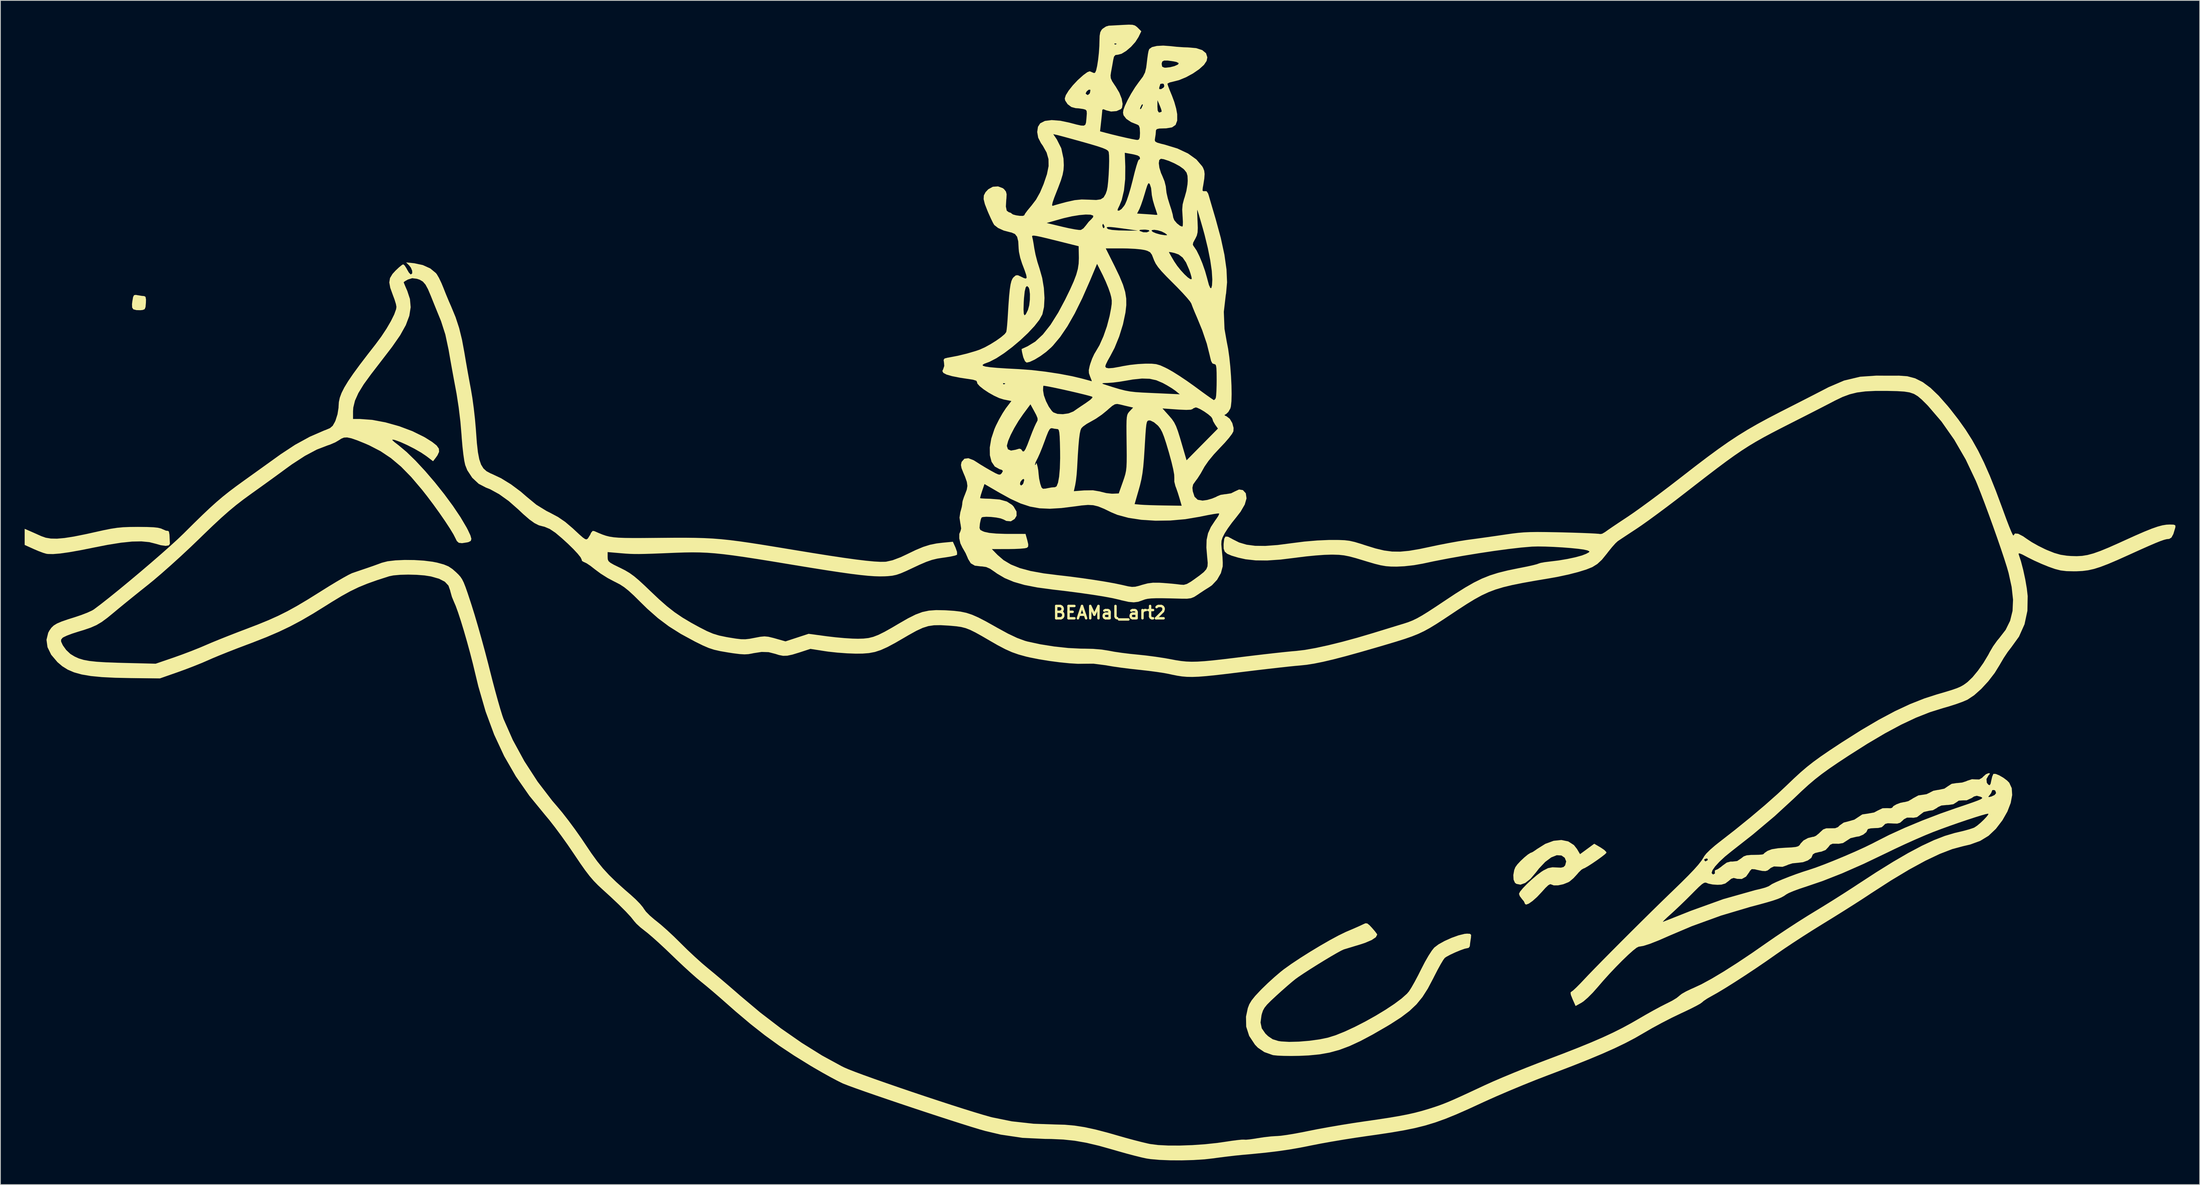
<source format=kicad_pcb>
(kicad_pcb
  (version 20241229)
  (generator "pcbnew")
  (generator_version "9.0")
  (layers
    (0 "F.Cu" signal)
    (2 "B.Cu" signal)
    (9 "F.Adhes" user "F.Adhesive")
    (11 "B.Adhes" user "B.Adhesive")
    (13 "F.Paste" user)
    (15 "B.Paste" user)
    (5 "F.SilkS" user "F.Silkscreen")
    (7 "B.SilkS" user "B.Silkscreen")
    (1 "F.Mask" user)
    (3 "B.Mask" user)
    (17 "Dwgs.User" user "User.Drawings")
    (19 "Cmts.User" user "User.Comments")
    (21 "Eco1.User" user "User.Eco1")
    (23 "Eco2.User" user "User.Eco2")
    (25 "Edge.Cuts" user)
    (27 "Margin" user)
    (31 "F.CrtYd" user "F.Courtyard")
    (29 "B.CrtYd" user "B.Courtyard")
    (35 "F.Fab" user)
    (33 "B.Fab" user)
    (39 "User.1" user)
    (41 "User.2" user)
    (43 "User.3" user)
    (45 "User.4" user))
  (footprint "BEAMal_art2"
    (layer "F.Cu")
    (at 134.155 72.76)
    (property "Reference" "BEAMal_art2" (at 0 0 0) (layer "F.SilkS") (effects (font (size 1.524 1.524) (thickness 0.3))))
    (attr board_only exclude_from_pos_files exclude_from_bom)
    (fp_poly (pts (xy -120.167 -39.282) (xy -119.694 -39.204) (xy -119.366 -39.173) (xy -119.209 -39.079) (xy -119.152 -38.751) (xy -119.164 -38.324) (xy -119.212 -37.81) (xy -119.318 -37.554) (xy -119.56 -37.456) (xy -119.845 -37.427) (xy -120.34 -37.439) (xy -120.7 -37.531) (xy -120.718 -37.542) (xy -120.865 -37.756) (xy -120.883 -38.177) (xy -120.838 -38.547) (xy -120.75 -39.053) (xy -120.635 -39.285) (xy -120.42 -39.325)) (stroke (width 0) (type solid)) (fill yes) (layer "F.SilkS"))
    (fp_poly (pts (xy -120.113 -10.616) (xy -119.027 -10.605) (xy -118.235 -10.572) (xy -117.676 -10.511) (xy -117.288 -10.415) (xy -117.085 -10.324) (xy -116.689 -10.152) (xy -116.427 -10.12) (xy -116.415 -10.126) (xy -116.318 -10.027) (xy -116.252 -9.67) (xy -116.241 -9.491) (xy -116.219 -8.973) (xy -116.2 -8.595) (xy -116.196 -8.541) (xy -116.327 -8.331) (xy -116.727 -8.268) (xy -117.338 -8.354) (xy -117.926 -8.524) (xy -118.752 -8.732) (xy -119.722 -8.825) (xy -120.875 -8.802) (xy -122.251 -8.66) (xy -123.89 -8.397) (xy -125.48 -8.085) (xy -127.214 -7.737) (xy -128.633 -7.485) (xy -129.765 -7.325) (xy -130.639 -7.253) (xy -131.284 -7.265) (xy -131.471 -7.291) (xy -131.863 -7.405) (xy -132.445 -7.624) (xy -133.036 -7.877) (xy -134.155 -8.385) (xy -134.155 -10.379) (xy -133.574 -10.128) (xy -133.06 -9.902) (xy -132.418 -9.615) (xy -132.109 -9.476) (xy -131.555 -9.28) (xy -130.92 -9.174) (xy -130.156 -9.16) (xy -129.22 -9.243) (xy -128.063 -9.424) (xy -126.642 -9.709) (xy -125.569 -9.946) (xy -124.408 -10.204) (xy -123.491 -10.387) (xy -122.713 -10.506) (xy -121.972 -10.576) (xy -121.163 -10.608) (xy -120.183 -10.616)) (stroke (width 0) (type solid)) (fill yes) (layer "F.SilkS"))
    (fp_poly (pts (xy 56.713 28.299) (xy 57.416 28.753) (xy 57.796 29.239) (xy 58.171 29.875) (xy 59.048 29.231) (xy 59.925 28.587) (xy 60.733 29.061) (xy 61.166 29.355) (xy 61.412 29.604) (xy 61.434 29.708) (xy 61.226 29.91) (xy 60.81 30.234) (xy 60.271 30.622) (xy 59.692 31.017) (xy 59.159 31.36) (xy 58.757 31.592) (xy 58.583 31.661) (xy 58.358 31.79) (xy 58.016 32.121) (xy 57.798 32.376) (xy 57.358 32.852) (xy 56.907 33.235) (xy 56.733 33.344) (xy 56.095 33.6) (xy 55.451 33.737) (xy 54.919 33.74) (xy 54.662 33.642) (xy 54.489 33.589) (xy 54.249 33.714) (xy 53.888 34.056) (xy 53.46 34.533) (xy 52.856 35.174) (xy 52.297 35.672) (xy 51.829 35.998) (xy 51.495 36.12) (xy 51.342 36.009) (xy 51.337 35.954) (xy 51.221 35.707) (xy 50.979 35.417) (xy 50.713 35.058) (xy 50.621 34.778) (xy 50.752 34.513) (xy 51.1 34.091) (xy 51.6 33.574) (xy 52.189 33.022) (xy 52.801 32.499) (xy 53.372 32.067) (xy 53.626 31.901) (xy 54.217 31.602) (xy 54.76 31.499) (xy 55.255 31.521) (xy 55.812 31.546) (xy 56.133 31.467) (xy 56.328 31.263) (xy 56.457 30.772) (xy 56.274 30.322) (xy 55.874 30.041) (xy 55.291 30.005) (xy 54.61 30.277) (xy 53.865 30.834) (xy 53.092 31.653) (xy 52.721 32.132) (xy 52.046 32.926) (xy 51.398 33.437) (xy 50.806 33.651) (xy 50.301 33.553) (xy 50.12 33.414) (xy 49.949 33.029) (xy 49.92 32.458) (xy 50.031 31.838) (xy 50.171 31.487) (xy 50.416 31.147) (xy 50.814 30.719) (xy 51.277 30.284) (xy 51.717 29.922) (xy 52.046 29.714) (xy 52.127 29.693) (xy 52.338 29.594) (xy 52.707 29.346) (xy 52.829 29.255) (xy 53.873 28.601) (xy 54.898 28.223) (xy 55.859 28.123)) (stroke (width 0) (type solid)) (fill yes) (layer "F.SilkS"))
    (fp_poly (pts (xy 31.866 38.45) (xy 32.137 38.666) (xy 32.457 39.008) (xy 32.813 39.424) (xy 33.044 39.732) (xy 33.092 39.83) (xy 32.916 40.158) (xy 32.404 40.503) (xy 31.573 40.856) (xy 30.971 41.054) (xy 30.218 41.282) (xy 29.546 41.486) (xy 29.065 41.632) (xy 28.957 41.665) (xy 28.639 41.811) (xy 28.084 42.115) (xy 27.357 42.537) (xy 26.52 43.039) (xy 25.637 43.583) (xy 24.77 44.129) (xy 23.982 44.639) (xy 23.337 45.074) (xy 22.985 45.328) (xy 22.565 45.669) (xy 21.967 46.181) (xy 21.274 46.792) (xy 20.641 47.364) (xy 19.945 48.012) (xy 19.467 48.494) (xy 19.157 48.878) (xy 18.961 49.233) (xy 18.83 49.626) (xy 18.781 49.818) (xy 18.664 50.705) (xy 18.815 51.424) (xy 19.266 52.077) (xy 19.599 52.397) (xy 20.165 52.777) (xy 20.865 52.993) (xy 21.206 53.045) (xy 22.199 53.103) (xy 23.411 53.072) (xy 24.715 52.964) (xy 25.986 52.787) (xy 26.984 52.581) (xy 27.95 52.279) (xy 29.081 51.823) (xy 30.32 51.248) (xy 31.61 50.586) (xy 32.89 49.871) (xy 34.104 49.136) (xy 35.194 48.414) (xy 36.101 47.739) (xy 36.767 47.143) (xy 37.019 46.848) (xy 37.317 46.381) (xy 37.712 45.687) (xy 38.15 44.862) (xy 38.546 44.072) (xy 38.981 43.228) (xy 39.43 42.445) (xy 39.841 41.812) (xy 40.141 41.437) (xy 40.666 41.038) (xy 41.418 40.619) (xy 42.282 40.231) (xy 43.143 39.921) (xy 43.887 39.738) (xy 44.199 39.71) (xy 44.564 39.731) (xy 44.701 39.863) (xy 44.681 40.211) (xy 44.654 40.381) (xy 44.581 40.879) (xy 44.543 41.239) (xy 44.541 41.275) (xy 44.395 41.472) (xy 44.266 41.499) (xy 43.913 41.575) (xy 43.358 41.771) (xy 42.715 42.039) (xy 42.097 42.329) (xy 41.617 42.592) (xy 41.444 42.715) (xy 41.25 42.976) (xy 40.94 43.492) (xy 40.554 44.195) (xy 40.131 45.015) (xy 40.016 45.246) (xy 39.351 46.507) (xy 38.683 47.555) (xy 37.949 48.456) (xy 37.087 49.272) (xy 36.036 50.069) (xy 34.732 50.91) (xy 34.254 51.197) (xy 32.527 52.195) (xy 31.021 52.996) (xy 29.673 53.621) (xy 28.421 54.09) (xy 27.201 54.426) (xy 25.952 54.649) (xy 24.61 54.78) (xy 23.432 54.832) (xy 22.443 54.846) (xy 21.526 54.835) (xy 20.768 54.802) (xy 20.254 54.75) (xy 20.162 54.731) (xy 19.13 54.364) (xy 18.333 53.823) (xy 17.97 53.445) (xy 17.256 52.364) (xy 16.888 51.217) (xy 16.864 49.984) (xy 17.089 48.922) (xy 17.274 48.443) (xy 17.56 47.966) (xy 18 47.418) (xy 18.647 46.727) (xy 18.831 46.54) (xy 19.574 45.82) (xy 20.387 45.081) (xy 21.151 44.43) (xy 21.554 44.112) (xy 22.478 43.452) (xy 23.581 42.719) (xy 24.789 41.956) (xy 26.027 41.21) (xy 27.219 40.524) (xy 28.291 39.945) (xy 29.168 39.516) (xy 29.364 39.431) (xy 30.096 39.12) (xy 30.756 38.83) (xy 31.233 38.61) (xy 31.339 38.557) (xy 31.635 38.428)) (stroke (width 0) (type solid)) (fill yes) (layer "F.SilkS"))
    (fp_poly (pts (xy 2.832 -72.742) (xy 3.134 -72.654) (xy 3.377 -72.477) (xy 3.484 -72.374) (xy 3.919 -71.94) (xy 3.575 -71.228) (xy 3.186 -70.617) (xy 2.649 -70.018) (xy 2.051 -69.507) (xy 1.478 -69.158) (xy 1.056 -69.045) (xy 0.716 -69) (xy 0.54 -68.795) (xy 0.444 -68.374) (xy 0.336 -67.747) (xy 0.208 -67.049) (xy 0.182 -66.913) (xy 0.117 -66.473) (xy 0.147 -66.129) (xy 0.31 -65.762) (xy 0.642 -65.256) (xy 0.75 -65.102) (xy 1.201 -64.342) (xy 1.493 -63.601) (xy 1.609 -62.953) (xy 1.532 -62.472) (xy 1.405 -62.311) (xy 0.855 -62.064) (xy 0.184 -62.008) (xy -0.416 -62.157) (xy -0.418 -62.158) (xy -0.77 -62.3) (xy -0.9 -62.227) (xy -0.904 -62.193) (xy -0.927 -61.916) (xy -0.979 -61.397) (xy -1.047 -60.77) (xy -1.182 -59.56) (xy -0.546 -59.39) (xy 0.291 -59.174) (xy 1.171 -58.96) (xy 2.011 -58.767) (xy 2.728 -58.613) (xy 3.242 -58.517) (xy 3.443 -58.493) (xy 3.633 -58.556) (xy 3.728 -58.801) (xy 3.756 -59.31) (xy 3.756 -59.392) (xy 3.727 -59.964) (xy 3.62 -60.269) (xy 3.443 -60.384) (xy 2.666 -60.697) (xy 2.065 -61.101) (xy 1.728 -61.537) (xy 1.716 -61.568) (xy 1.657 -61.869) (xy 1.708 -62.223) (xy 1.75 -62.337) (xy 3.762 -62.337) (xy 3.836 -62.305) (xy 3.935 -62.427) (xy 4.039 -62.65) (xy 5.91 -62.65) (xy 5.943 -62.138) (xy 6.071 -61.914) (xy 6.171 -61.89) (xy 6.409 -61.976) (xy 6.439 -62.048) (xy 6.373 -62.305) (xy 6.211 -62.731) (xy 6.178 -62.809) (xy 5.917 -63.411) (xy 5.91 -62.65) (xy 4.039 -62.65) (xy 4.087 -62.753) (xy 4.109 -62.874) (xy 4.035 -62.906) (xy 3.935 -62.785) (xy 3.784 -62.458) (xy 3.762 -62.337) (xy 1.75 -62.337) (xy 1.891 -62.717) (xy 2.221 -63.415) (xy 2.653 -64.209) (xy 3.016 -64.793) (xy 6.131 -64.793) (xy 6.367 -64.781) (xy 6.678 -64.979) (xy 6.764 -65.157) (xy 6.694 -65.421) (xy 6.542 -65.468) (xy 6.295 -65.429) (xy 6.261 -65.393) (xy 6.205 -65.183) (xy 6.145 -65.017) (xy 6.131 -64.793) (xy 3.016 -64.793) (xy 3.159 -65.022) (xy 3.634 -65.686) (xy 3.667 -65.727) (xy 4.12 -66.332) (xy 4.381 -66.848) (xy 4.522 -67.433) (xy 4.561 -67.727) (xy 4.58 -67.882) (xy 6.439 -67.882) (xy 6.501 -67.557) (xy 6.759 -67.443) (xy 6.949 -67.435) (xy 7.498 -67.497) (xy 8.023 -67.632) (xy 8.461 -67.83) (xy 8.544 -67.999) (xy 8.271 -68.139) (xy 7.915 -68.215) (xy 7.187 -68.316) (xy 6.742 -68.316) (xy 6.515 -68.201) (xy 6.441 -67.955) (xy 6.439 -67.882) (xy 4.58 -67.882) (xy 4.662 -68.574) (xy 4.741 -69.136) (xy 4.809 -69.484) (xy 4.88 -69.69) (xy 4.913 -69.751) (xy 5.243 -69.983) (xy 5.843 -70.126) (xy 6.633 -70.168) (xy 7.461 -70.108) (xy 8.282 -70.022) (xy 9.141 -69.962) (xy 9.677 -69.945) (xy 10.699 -69.856) (xy 11.454 -69.611) (xy 11.923 -69.225) (xy 12.085 -68.714) (xy 11.996 -68.27) (xy 11.668 -67.783) (xy 11.08 -67.251) (xy 10.316 -66.725) (xy 9.459 -66.257) (xy 8.595 -65.9) (xy 7.884 -65.717) (xy 7.432 -65.609) (xy 7.176 -65.478) (xy 7.155 -65.435) (xy 7.221 -65.202) (xy 7.398 -64.733) (xy 7.649 -64.121) (xy 7.708 -63.982) (xy 8 -63.195) (xy 8.233 -62.37) (xy 8.357 -61.689) (xy 8.359 -60.887) (xy 8.159 -60.354) (xy 7.717 -60.049) (xy 6.993 -59.929) (xy 6.708 -59.923) (xy 6.136 -59.906) (xy 5.839 -59.836) (xy 5.732 -59.685) (xy 5.724 -59.587) (xy 5.69 -59.16) (xy 5.623 -58.737) (xy 5.586 -58.47) (xy 5.65 -58.294) (xy 5.883 -58.162) (xy 6.353 -58.027) (xy 6.794 -57.92) (xy 8.375 -57.439) (xy 9.696 -56.82) (xy 10.73 -56.079) (xy 11.451 -55.233) (xy 11.566 -55.032) (xy 11.698 -54.692) (xy 11.747 -54.282) (xy 11.71 -53.721) (xy 11.585 -52.926) (xy 11.517 -52.558) (xy 11.49 -52.222) (xy 11.632 -52.142) (xy 11.755 -52.166) (xy 11.998 -52.144) (xy 12.176 -51.876) (xy 12.276 -51.571) (xy 12.402 -51.132) (xy 12.602 -50.446) (xy 12.849 -49.606) (xy 13.108 -48.728) (xy 13.75 -46.368) (xy 14.199 -44.287) (xy 14.456 -42.465) (xy 14.524 -40.884) (xy 14.405 -39.524) (xy 14.363 -39.294) (xy 14.123 -37.23) (xy 14.207 -35.113) (xy 14.484 -33.539) (xy 14.654 -32.667) (xy 14.802 -31.618) (xy 14.923 -30.463) (xy 15.013 -29.27) (xy 15.07 -28.109) (xy 15.088 -27.051) (xy 15.065 -26.163) (xy 14.997 -25.517) (xy 14.93 -25.268) (xy 14.682 -24.838) (xy 14.406 -24.575) (xy 14.379 -24.562) (xy 14.193 -24.459) (xy 14.32 -24.357) (xy 14.46 -24.302) (xy 14.86 -23.991) (xy 15.171 -23.465) (xy 15.33 -22.864) (xy 15.308 -22.441) (xy 15.136 -22.123) (xy 14.761 -21.627) (xy 14.239 -21.022) (xy 13.66 -20.41) (xy 12.885 -19.578) (xy 12.222 -18.772) (xy 11.741 -18.078) (xy 11.624 -17.869) (xy 11.262 -17.222) (xy 10.872 -16.615) (xy 10.638 -16.304) (xy 10.33 -15.868) (xy 10.239 -15.46) (xy 10.286 -15.019) (xy 10.502 -14.35) (xy 10.893 -13.974) (xy 11.494 -13.87) (xy 12.074 -13.952) (xy 12.666 -14.121) (xy 13.162 -14.325) (xy 13.299 -14.405) (xy 13.727 -14.58) (xy 14.286 -14.666) (xy 14.366 -14.668) (xy 15.021 -14.773) (xy 15.491 -15.008) (xy 16.009 -15.247) (xy 16.484 -15.169) (xy 16.832 -14.788) (xy 16.844 -14.762) (xy 16.931 -14.147) (xy 16.712 -13.383) (xy 16.195 -12.491) (xy 15.661 -11.802) (xy 15.127 -11.134) (xy 14.622 -10.437) (xy 14.246 -9.849) (xy 14.209 -9.782) (xy 13.964 -9.301) (xy 13.84 -8.904) (xy 13.814 -8.456) (xy 13.868 -7.82) (xy 13.889 -7.636) (xy 13.958 -6.892) (xy 13.992 -6.198) (xy 13.984 -5.724) (xy 13.762 -4.895) (xy 13.292 -4.075) (xy 12.663 -3.401) (xy 12.362 -3.189) (xy 11.774 -2.82) (xy 11.122 -2.389) (xy 10.9 -2.236) (xy 10.452 -1.949) (xy 10.056 -1.792) (xy 9.577 -1.732) (xy 8.878 -1.735) (xy 8.868 -1.736) (xy 7.529 -1.771) (xy 6.496 -1.79) (xy 5.718 -1.789) (xy 5.142 -1.767) (xy 4.716 -1.722) (xy 4.39 -1.651) (xy 4.112 -1.553) (xy 4.075 -1.537) (xy 3.529 -1.348) (xy 2.986 -1.281) (xy 2.347 -1.338) (xy 1.509 -1.524) (xy 1.163 -1.616) (xy 0.381 -1.796) (xy -0.71 -1.999) (xy -2.062 -2.216) (xy -3.627 -2.441) (xy -5.358 -2.666) (xy -7.065 -2.868) (xy -8.948 -3.122) (xy -10.524 -3.431) (xy -11.845 -3.811) (xy -12.96 -4.275) (xy -13.919 -4.84) (xy -14.169 -5.021) (xy -14.774 -5.435) (xy -15.265 -5.652) (xy -15.779 -5.727) (xy -15.915 -5.73) (xy -16.664 -5.82) (xy -17.167 -6.112) (xy -17.504 -6.658) (xy -17.561 -6.809) (xy -17.808 -7.369) (xy -18.14 -7.952) (xy -18.186 -8.022) (xy -18.451 -8.575) (xy -18.59 -9.194) (xy -18.586 -9.753) (xy -18.432 -10.116) (xy -18.356 -10.422) (xy -18.366 -10.488) (xy -16.085 -10.488) (xy -15.985 -10.241) (xy -15.662 -10.072) (xy -15.449 -9.995) (xy -14.883 -9.874) (xy -14.021 -9.792) (xy -12.918 -9.753) (xy -12.577 -9.751) (xy -10.396 -9.749) (xy -10.179 -8.972) (xy -10.06 -8.466) (xy -10.073 -8.188) (xy -10.213 -8.035) (xy -10.485 -7.971) (xy -11.032 -7.919) (xy -11.771 -7.885) (xy -12.513 -7.873) (xy -14.561 -7.87) (xy -13.854 -7.145) (xy -13.104 -6.499) (xy -12.201 -5.962) (xy -11.104 -5.52) (xy -9.771 -5.16) (xy -8.162 -4.868) (xy -6.439 -4.651) (xy -4.984 -4.482) (xy -3.472 -4.284) (xy -1.986 -4.068) (xy -0.604 -3.848) (xy 0.591 -3.634) (xy 1.52 -3.44) (xy 1.6 -3.421) (xy 2.291 -3.262) (xy 2.771 -3.193) (xy 3.176 -3.214) (xy 3.641 -3.328) (xy 4.014 -3.444) (xy 4.7 -3.627) (xy 5.358 -3.711) (xy 6.142 -3.709) (xy 6.618 -3.68) (xy 7.41 -3.617) (xy 8.143 -3.547) (xy 8.684 -3.483) (xy 8.767 -3.471) (xy 9.169 -3.448) (xy 9.552 -3.553) (xy 10.031 -3.828) (xy 10.359 -4.055) (xy 11.126 -4.608) (xy 11.644 -5.025) (xy 11.955 -5.377) (xy 12.103 -5.733) (xy 12.13 -6.165) (xy 12.079 -6.742) (xy 12.066 -6.858) (xy 11.967 -8.057) (xy 11.994 -9.014) (xy 12.17 -9.828) (xy 12.519 -10.601) (xy 13.065 -11.431) (xy 13.186 -11.594) (xy 13.442 -11.98) (xy 13.549 -12.237) (xy 13.541 -12.277) (xy 13.342 -12.275) (xy 12.862 -12.205) (xy 12.169 -12.08) (xy 11.33 -11.911) (xy 11.153 -11.873) (xy 9.354 -11.569) (xy 7.505 -11.407) (xy 5.673 -11.383) (xy 3.925 -11.493) (xy 2.332 -11.736) (xy 0.961 -12.106) (xy 0.201 -12.423) (xy -0.706 -12.864) (xy -1.412 -13.15) (xy -2.03 -13.301) (xy -2.673 -13.335) (xy -3.454 -13.27) (xy -4.251 -13.161) (xy -5.951 -12.948) (xy -7.394 -12.862) (xy -8.663 -12.918) (xy -9.84 -13.131) (xy -10.758 -13.434) (xy 3.092 -13.434) (xy 3.827 -13.366) (xy 4.299 -13.337) (xy 5.027 -13.308) (xy 5.905 -13.284) (xy 6.736 -13.268) (xy 8.911 -13.237) (xy 8.639 -14.176) (xy 8.437 -14.828) (xy 8.228 -15.431) (xy 8.137 -15.663) (xy 8.001 -16.208) (xy 8.001 -16.701) (xy 7.986 -17.077) (xy 7.867 -17.742) (xy 7.653 -18.645) (xy 7.356 -19.736) (xy 7.315 -19.88) (xy 6.994 -20.959) (xy 6.733 -21.753) (xy 6.507 -22.326) (xy 6.289 -22.74) (xy 6.054 -23.058) (xy 5.942 -23.179) (xy 5.488 -23.559) (xy 5.063 -23.771) (xy 4.939 -23.79) (xy 4.796 -23.78) (xy 4.687 -23.719) (xy 4.605 -23.56) (xy 4.54 -23.253) (xy 4.485 -22.753) (xy 4.43 -22.012) (xy 4.367 -20.981) (xy 4.335 -20.436) (xy 4.252 -19.128) (xy 4.165 -18.093) (xy 4.062 -17.248) (xy 3.932 -16.507) (xy 3.763 -15.787) (xy 3.617 -15.258) (xy 3.092 -13.434) (xy -10.758 -13.434) (xy -11.008 -13.516) (xy -12.25 -14.087) (xy -13.594 -14.828) (xy -13.949 -15.034) (xy -4.422 -15.034) (xy -3.15 -15.132) (xy -2.055 -15.146) (xy -1.179 -14.995) (xy -1.073 -14.962) (xy -0.408 -14.8) (xy 0.263 -14.725) (xy 0.431 -14.726) (xy 1.13 -14.757) (xy 1.637 -16.188) (xy 1.812 -16.696) (xy 1.941 -17.129) (xy 2.03 -17.554) (xy 2.084 -18.038) (xy 2.11 -18.65) (xy 2.116 -19.457) (xy 2.107 -20.526) (xy 2.1 -21.047) (xy 2.087 -22.234) (xy 2.083 -23.117) (xy 2.095 -23.75) (xy 2.128 -24.185) (xy 2.187 -24.477) (xy 2.277 -24.679) (xy 2.404 -24.844) (xy 2.482 -24.928) (xy 2.805 -25.273) (xy 6.539 -25.273) (xy 7.358 -24.361) (xy 7.711 -23.946) (xy 7.984 -23.545) (xy 8.217 -23.077) (xy 8.447 -22.461) (xy 8.712 -21.615) (xy 8.847 -21.154) (xy 9.517 -18.858) (xy 13.393 -22.782) (xy 13.047 -23.269) (xy 12.806 -23.681) (xy 12.7 -24.006) (xy 12.7 -24.015) (xy 12.557 -24.233) (xy 12.195 -24.545) (xy 11.715 -24.884) (xy 11.217 -25.18) (xy 10.802 -25.368) (xy 10.642 -25.4) (xy 10.336 -25.277) (xy 10.277 -25.208) (xy 10.043 -25.118) (xy 9.483 -25.092) (xy 8.585 -25.129) (xy 8.349 -25.145) (xy 6.539 -25.273) (xy 2.805 -25.273) (xy 2.907 -25.382) (xy 2.393 -25.498) (xy 1.839 -25.628) (xy 1.27 -25.768) (xy 0.932 -25.83) (xy 0.651 -25.786) (xy 0.331 -25.592) (xy -0.124 -25.205) (xy -0.296 -25.048) (xy -0.955 -24.51) (xy -1.699 -23.999) (xy -2.25 -23.686) (xy -2.825 -23.364) (xy -3.287 -23.034) (xy -3.492 -22.823) (xy -3.597 -22.574) (xy -3.689 -22.148) (xy -3.774 -21.509) (xy -3.853 -20.622) (xy -3.932 -19.45) (xy -4.014 -17.958) (xy -4.018 -17.887) (xy -4.075 -17.102) (xy -4.161 -16.344) (xy -4.254 -15.79) (xy -4.422 -15.034) (xy -13.949 -15.034) (xy -15.418 -15.889) (xy -11.084 -15.889) (xy -10.955 -15.742) (xy -10.93 -15.741) (xy -10.737 -15.884) (xy -10.662 -16.024) (xy -10.555 -16.427) (xy -10.633 -16.56) (xy -10.822 -16.456) (xy -11.032 -16.174) (xy -11.084 -15.889) (xy -15.418 -15.889) (xy -15.471 -15.92) (xy -15.761 -15.07) (xy -15.919 -14.575) (xy -16.004 -14.244) (xy -16.009 -14.17) (xy -15.823 -14.141) (xy -15.376 -14.115) (xy -14.765 -14.098) (xy -14.764 -14.098) (xy -13.589 -14.003) (xy -12.699 -13.752) (xy -12.053 -13.333) (xy -11.859 -13.122) (xy -11.511 -12.52) (xy -11.504 -11.99) (xy -11.744 -11.596) (xy -12.213 -11.304) (xy -12.77 -11.354) (xy -13.118 -11.534) (xy -13.474 -11.668) (xy -14.026 -11.776) (xy -14.656 -11.847) (xy -15.248 -11.87) (xy -15.684 -11.835) (xy -15.83 -11.776) (xy -15.928 -11.536) (xy -16.024 -11.088) (xy -16.045 -10.947) (xy -16.085 -10.488) (xy -18.366 -10.488) (xy -18.44 -10.991) (xy -18.457 -11.058) (xy -18.561 -11.764) (xy -18.46 -12.433) (xy -18.416 -12.578) (xy -18.279 -13.087) (xy -18.217 -13.468) (xy -18.22 -13.545) (xy -18.175 -13.823) (xy -18.018 -14.3) (xy -17.873 -14.661) (xy -17.661 -15.221) (xy -17.585 -15.692) (xy -17.653 -16.187) (xy -17.874 -16.818) (xy -18.079 -17.298) (xy -18.31 -17.881) (xy -18.383 -18.275) (xy -18.317 -18.601) (xy -18.281 -18.685) (xy -17.954 -19.055) (xy -17.461 -19.116) (xy -16.813 -18.867) (xy -16.509 -18.677) (xy -15.991 -18.345) (xy -15.315 -17.936) (xy -14.703 -17.583) (xy -14.116 -17.262) (xy -13.757 -17.103) (xy -13.545 -17.087) (xy -13.397 -17.198) (xy -13.329 -17.285) (xy -13.196 -17.527) (xy -13.313 -17.665) (xy -13.614 -17.76) (xy -14.2 -18.086) (xy -14.354 -18.313) (xy -9.232 -18.313) (xy -9.219 -18.282) (xy -9.124 -18.332) (xy -9.105 -18.439) (xy -9.062 -18.54) (xy -8.985 -18.377) (xy -8.897 -18.041) (xy -8.822 -17.621) (xy -8.783 -17.207) (xy -8.783 -17.193) (xy -8.715 -16.593) (xy -8.576 -15.958) (xy -8.565 -15.92) (xy -8.418 -15.495) (xy -8.24 -15.333) (xy -7.9 -15.358) (xy -7.672 -15.407) (xy -7.177 -15.497) (xy -6.82 -15.523) (xy -6.773 -15.518) (xy -6.556 -15.639) (xy -6.377 -16.088) (xy -6.242 -16.834) (xy -6.154 -17.849) (xy -6.117 -19.103) (xy -6.122 -19.989) (xy -6.145 -21.051) (xy -6.176 -21.805) (xy -6.221 -22.299) (xy -6.285 -22.582) (xy -6.374 -22.704) (xy -6.438 -22.719) (xy -6.837 -22.767) (xy -7.069 -22.819) (xy -7.249 -22.826) (xy -7.41 -22.702) (xy -7.587 -22.39) (xy -7.812 -21.835) (xy -8.025 -21.251) (xy -8.323 -20.457) (xy -8.621 -19.724) (xy -8.874 -19.162) (xy -8.968 -18.983) (xy -9.167 -18.576) (xy -9.232 -18.313) (xy -14.354 -18.313) (xy -14.599 -18.674) (xy -14.806 -19.478) (xy -14.817 -20.451) (xy -14.79 -20.61) (xy -12.7 -20.61) (xy -12.567 -20.216) (xy -12.195 -20.061) (xy -11.622 -20.161) (xy -11.562 -20.182) (xy -11.16 -20.298) (xy -10.944 -20.23) (xy -10.855 -20.105) (xy -10.723 -19.945) (xy -10.582 -19.974) (xy -10.409 -20.23) (xy -10.178 -20.75) (xy -9.865 -21.571) (xy -9.838 -21.644) (xy -9.559 -22.373) (xy -9.293 -23.01) (xy -9.085 -23.453) (xy -9.029 -23.55) (xy -8.905 -23.803) (xy -8.912 -24.071) (xy -9.072 -24.461) (xy -9.283 -24.859) (xy -9.787 -25.781) (xy -10.698 -24.552) (xy -11.265 -23.724) (xy -11.788 -22.848) (xy -12.227 -22.002) (xy -12.542 -21.264) (xy -12.692 -20.714) (xy -12.7 -20.61) (xy -14.79 -20.61) (xy -14.63 -21.55) (xy -14.239 -22.728) (xy -14.063 -23.131) (xy -13.671 -23.909) (xy -13.231 -24.679) (xy -12.831 -25.291) (xy -12.779 -25.36) (xy -12.145 -26.191) (xy -13.106 -26.383) (xy -13.656 -26.556) (xy -14.298 -26.854) (xy -14.961 -27.229) (xy -15.438 -27.545) (xy -8.226 -27.545) (xy -8.226 -27.502) (xy -8.126 -26.895) (xy -7.868 -26.18) (xy -7.516 -25.487) (xy -7.131 -24.95) (xy -6.95 -24.784) (xy -6.452 -24.599) (xy -5.778 -24.563) (xy -5.075 -24.664) (xy -4.489 -24.895) (xy -4.403 -24.953) (xy -4.062 -25.192) (xy -3.537 -25.548) (xy -2.959 -25.933) (xy -2.387 -26.342) (xy -2.123 -26.61) (xy -2.154 -26.726) (xy -2.565 -26.847) (xy -3.22 -27.016) (xy -4.042 -27.216) (xy -4.956 -27.428) (xy -5.884 -27.636) (xy -6.75 -27.822) (xy -7.477 -27.97) (xy -7.989 -28.061) (xy -8.183 -28.083) (xy -8.213 -27.926) (xy -8.226 -27.545) (xy -15.438 -27.545) (xy -15.572 -27.634) (xy -16.059 -28.022) (xy -16.35 -28.346) (xy -16.359 -28.381) (xy -13.177 -28.381) (xy -13.152 -28.275) (xy -13.058 -28.262) (xy -12.911 -28.327) (xy -12.931 -28.368) (xy -0.92 -28.368) (xy -0.789 -28.293) (xy -0.715 -28.268) (xy 0.367 -27.92) (xy 1.206 -27.667) (xy 1.897 -27.491) (xy 2.534 -27.373) (xy 3.214 -27.295) (xy 4.033 -27.24) (xy 5.008 -27.194) (xy 6.003 -27.149) (xy 6.9 -27.108) (xy 7.625 -27.074) (xy 8.105 -27.052) (xy 8.228 -27.046) (xy 8.675 -27.023) (xy 8.155 -27.449) (xy 7.714 -27.759) (xy 7.098 -28.134) (xy 6.564 -28.426) (xy 5.768 -28.764) (xy 4.943 -28.944) (xy 4.007 -28.973) (xy 2.876 -28.856) (xy 2.028 -28.709) (xy 1.213 -28.574) (xy 0.399 -28.473) (xy -0.244 -28.427) (xy -0.268 -28.427) (xy -0.757 -28.409) (xy -0.92 -28.368) (xy -12.931 -28.368) (xy -12.938 -28.381) (xy -13.151 -28.403) (xy -13.177 -28.381) (xy -16.359 -28.381) (xy -16.393 -28.526) (xy -16.477 -28.698) (xy -16.892 -28.828) (xy -17.141 -28.868) (xy -18.479 -29.07) (xy -19.48 -29.267) (xy -20.167 -29.466) (xy -20.561 -29.675) (xy -20.683 -29.903) (xy -20.581 -30.127) (xy -20.445 -30.536) (xy -20.455 -30.664) (xy -15.706 -30.664) (xy -15.662 -30.554) (xy -15.365 -30.459) (xy -14.793 -30.374) (xy -13.927 -30.295) (xy -12.746 -30.218) (xy -11.228 -30.139) (xy -11.18 -30.136) (xy -9.621 -30.02) (xy -7.926 -29.822) (xy -6.223 -29.563) (xy -4.64 -29.262) (xy -3.488 -28.988) (xy -2.874 -28.823) (xy -2.416 -28.697) (xy -2.205 -28.638) (xy -2.2 -28.636) (xy -2.238 -28.77) (xy -2.375 -29.123) (xy -2.419 -29.229) (xy -2.557 -29.637) (xy -2.574 -30.018) (xy -2.478 -30.476) (xy -0.537 -30.476) (xy -0.44 -30.306) (xy -0.125 -30.243) (xy 0.446 -30.287) (xy 1.308 -30.441) (xy 1.643 -30.511) (xy 2.509 -30.657) (xy 3.513 -30.766) (xy 4.418 -30.814) (xy 5.189 -30.812) (xy 5.753 -30.754) (xy 6.263 -30.606) (xy 6.869 -30.331) (xy 7.191 -30.169) (xy 7.827 -29.808) (xy 8.648 -29.291) (xy 9.558 -28.681) (xy 10.459 -28.041) (xy 10.643 -27.905) (xy 11.401 -27.347) (xy 12.058 -26.872) (xy 12.559 -26.52) (xy 12.853 -26.327) (xy 12.904 -26.302) (xy 13.058 -26.437) (xy 13.128 -26.577) (xy 13.172 -26.865) (xy 13.208 -27.424) (xy 13.231 -28.166) (xy 13.237 -28.813) (xy 13.231 -29.674) (xy 13.209 -30.238) (xy 13.159 -30.568) (xy 13.072 -30.723) (xy 12.937 -30.766) (xy 12.913 -30.766) (xy 12.706 -30.849) (xy 12.548 -31.144) (xy 12.406 -31.719) (xy 12.391 -31.795) (xy 12.017 -33.289) (xy 11.444 -34.971) (xy 10.82 -36.49) (xy 10.525 -37.176) (xy 10.277 -37.782) (xy 10.121 -38.197) (xy 10.104 -38.251) (xy 9.94 -38.514) (xy 9.562 -38.973) (xy 9.019 -39.575) (xy 8.355 -40.269) (xy 7.871 -40.755) (xy 7.036 -41.593) (xy 6.424 -42.242) (xy 5.993 -42.756) (xy 5.7 -43.187) (xy 5.504 -43.587) (xy 5.442 -43.751) (xy 5.228 -44.293) (xy 5.004 -44.598) (xy 4.957 -44.623) (xy 7.334 -44.623) (xy 7.418 -44.452) (xy 7.641 -44.058) (xy 7.955 -43.522) (xy 7.986 -43.471) (xy 8.356 -42.921) (xy 8.798 -42.369) (xy 9.255 -41.871) (xy 9.67 -41.485) (xy 9.988 -41.268) (xy 10.151 -41.277) (xy 10.155 -41.287) (xy 10.126 -41.53) (xy 9.994 -41.994) (xy 9.837 -42.443) (xy 9.446 -43.34) (xy 9.032 -43.944) (xy 8.54 -44.319) (xy 8.054 -44.497) (xy 7.611 -44.598) (xy 7.357 -44.631) (xy 7.334 -44.623) (xy 4.957 -44.623) (xy 4.662 -44.776) (xy 4.348 -44.869) (xy 3.846 -44.954) (xy 3.098 -45.023) (xy 2.218 -45.066) (xy 1.548 -45.076) (xy -0.477 -45.076) (xy 0.619 -42.885) (xy 1.226 -41.621) (xy 1.656 -40.581) (xy 1.927 -39.69) (xy 2.056 -38.872) (xy 2.063 -38.05) (xy 1.963 -37.149) (xy 1.961 -37.137) (xy 1.654 -35.682) (xy 1.187 -34.175) (xy 0.611 -32.759) (xy 0.078 -31.744) (xy -0.237 -31.185) (xy -0.459 -30.725) (xy -0.537 -30.476) (xy -2.478 -30.476) (xy -2.468 -30.523) (xy -2.39 -30.794) (xy -2.163 -31.435) (xy -1.897 -32.01) (xy -1.759 -32.238) (xy -1.255 -33.096) (xy -0.766 -34.197) (xy -0.336 -35.429) (xy -0.008 -36.678) (xy 0.024 -36.834) (xy 0.179 -37.641) (xy 0.259 -38.208) (xy 0.265 -38.643) (xy 0.199 -39.055) (xy 0.078 -39.508) (xy -0.149 -40.163) (xy -0.479 -40.967) (xy -0.845 -41.758) (xy -0.88 -41.827) (xy -1.551 -43.161) (xy -2.406 -41.123) (xy -3.379 -38.912) (xy -4.309 -37.027) (xy -5.213 -35.439) (xy -6.107 -34.121) (xy -7.007 -33.044) (xy -7.226 -32.819) (xy -7.846 -32.269) (xy -8.551 -31.752) (xy -9.253 -31.323) (xy -9.864 -31.036) (xy -10.258 -30.945) (xy -10.461 -31.11) (xy -10.658 -31.555) (xy -10.719 -31.772) (xy -10.831 -32.259) (xy -10.88 -32.571) (xy -10.875 -32.627) (xy -10.694 -32.711) (xy -10.306 -32.889) (xy -10.142 -32.964) (xy -9.192 -33.545) (xy -8.251 -34.425) (xy -7.308 -35.618) (xy -6.351 -37.14) (xy -5.501 -38.735) (xy -4.891 -39.986) (xy -4.44 -40.992) (xy -4.126 -41.819) (xy -3.929 -42.532) (xy -3.828 -43.196) (xy -3.802 -43.875) (xy -3.804 -44.007) (xy -3.829 -45.347) (xy -4.553 -45.527) (xy 10.291 -45.527) (xy 10.417 -45.307) (xy 10.451 -45.269) (xy 10.759 -44.811) (xy 11.111 -44.099) (xy 11.471 -43.227) (xy 11.8 -42.289) (xy 12.059 -41.379) (xy 12.085 -41.273) (xy 12.281 -40.551) (xy 12.448 -40.18) (xy 12.577 -40.162) (xy 12.662 -40.496) (xy 12.697 -41.183) (xy 12.697 -41.252) (xy 12.634 -42.294) (xy 12.446 -43.601) (xy 12.146 -45.106) (xy 11.747 -46.745) (xy 11.518 -47.58) (xy 11.277 -48.417) (xy 11.072 -49.118) (xy 10.921 -49.618) (xy 10.843 -49.85) (xy 10.839 -49.859) (xy 10.829 -49.714) (xy 10.837 -49.291) (xy 10.862 -48.669) (xy 10.876 -48.39) (xy 10.904 -47.605) (xy 10.879 -47.067) (xy 10.786 -46.666) (xy 10.609 -46.293) (xy 10.568 -46.224) (xy 10.337 -45.791) (xy 10.291 -45.527) (xy -4.553 -45.527) (xy -6.521 -46.018) (xy -7.641 -46.296) (xy -8.458 -46.491) (xy -9.018 -46.609) (xy -9.363 -46.658) (xy -9.539 -46.644) (xy -9.589 -46.572) (xy -9.562 -46.462) (xy -9.494 -46.178) (xy -9.401 -45.657) (xy -9.311 -45.076) (xy -9.16 -44.299) (xy -8.924 -43.391) (xy -8.662 -42.572) (xy -8.334 -41.417) (xy -8.128 -40.173) (xy -8.052 -38.942) (xy -8.11 -37.827) (xy -8.309 -36.93) (xy -8.324 -36.892) (xy -8.687 -36.236) (xy -9.299 -35.454) (xy -10.101 -34.598) (xy -11.032 -33.72) (xy -12.032 -32.874) (xy -13.041 -32.111) (xy -13.999 -31.485) (xy -14.845 -31.047) (xy -15.118 -30.944) (xy -15.518 -30.792) (xy -15.706 -30.664) (xy -20.455 -30.664) (xy -20.477 -30.927) (xy -20.526 -31.277) (xy -20.411 -31.452) (xy -20.046 -31.548) (xy -19.912 -31.57) (xy -18.794 -31.784) (xy -17.616 -32.07) (xy -16.54 -32.386) (xy -16.047 -32.558) (xy -15.415 -32.843) (xy -14.711 -33.231) (xy -14.016 -33.667) (xy -13.409 -34.1) (xy -12.97 -34.476) (xy -12.781 -34.729) (xy -12.728 -35.035) (xy -12.67 -35.597) (xy -12.615 -36.312) (xy -12.597 -36.607) (xy -12.54 -37.528) (xy -10.644 -37.528) (xy -10.614 -36.991) (xy -10.523 -36.792) (xy -10.365 -36.922) (xy -10.137 -37.375) (xy -10.088 -37.49) (xy -9.94 -38.039) (xy -9.86 -38.728) (xy -9.852 -39.424) (xy -9.92 -39.995) (xy -10.012 -40.245) (xy -10.211 -40.422) (xy -10.372 -40.261) (xy -10.497 -39.756) (xy -10.588 -38.902) (xy -10.618 -38.411) (xy -10.644 -37.528) (xy -12.54 -37.528) (xy -12.509 -38.037) (xy -12.427 -39.152) (xy -12.342 -39.996) (xy -12.248 -40.612) (xy -12.14 -41.044) (xy -12.011 -41.335) (xy -11.881 -41.503) (xy -11.599 -41.74) (xy -11.343 -41.756) (xy -10.989 -41.596) (xy -10.591 -41.401) (xy -10.348 -41.342) (xy -10.256 -41.457) (xy -10.311 -41.787) (xy -10.508 -42.37) (xy -10.824 -43.198) (xy -11.054 -43.917) (xy -11.209 -44.648) (xy -11.249 -45.076) (xy -11.296 -45.937) (xy -11.437 -46.51) (xy -11.706 -46.857) (xy -12.137 -47.042) (xy -12.296 -47.074) (xy -13.092 -47.284) (xy -13.791 -47.603) (xy -14.262 -47.97) (xy -14.268 -47.977) (xy -14.41 -48.219) (xy -7.781 -48.219) (xy -5.822 -47.747) (xy -5.005 -47.563) (xy -4.295 -47.429) (xy -3.776 -47.357) (xy -3.55 -47.357) (xy -3.234 -47.56) (xy -2.991 -47.849) (xy -0.894 -47.849) (xy -0.801 -47.611) (xy -0.721 -47.58) (xy -0.696 -47.614) (xy -0.358 -47.614) (xy -0.196 -47.467) (xy 0.294 -47.363) (xy 1.122 -47.301) (xy 2.236 -47.279) (xy 3.488 -47.275) (xy 3.28 -47.305) (xy 3.672 -47.305) (xy 3.756 -47.223) (xy 4.166 -47.074) (xy 4.604 -47.066) (xy 4.902 -47.199) (xy 4.919 -47.223) (xy 4.889 -47.264) (xy 5.187 -47.264) (xy 5.345 -47.111) (xy 5.742 -46.942) (xy 6.263 -46.796) (xy 6.794 -46.711) (xy 6.882 -46.704) (xy 7.108 -46.71) (xy 7.054 -46.806) (xy 6.835 -46.966) (xy 6.434 -47.17) (xy 5.958 -47.314) (xy 5.521 -47.377) (xy 5.237 -47.339) (xy 5.187 -47.264) (xy 4.889 -47.264) (xy 4.836 -47.338) (xy 4.452 -47.395) (xy 4.259 -47.399) (xy 3.803 -47.376) (xy 3.672 -47.305) (xy 3.28 -47.305) (xy 2.504 -47.416) (xy 1.432 -47.566) (xy 0.664 -47.666) (xy 0.15 -47.719) (xy -0.158 -47.729) (xy -0.311 -47.698) (xy -0.357 -47.63) (xy -0.358 -47.614) (xy -0.696 -47.614) (xy -0.623 -47.711) (xy -0.651 -47.849) (xy -0.778 -48.084) (xy -0.824 -48.117) (xy -0.887 -47.971) (xy -0.894 -47.849) (xy -2.991 -47.849) (xy -2.937 -47.912) (xy -2.588 -48.365) (xy -2.261 -48.686) (xy -2.033 -48.951) (xy -2.031 -49.133) (xy -2.355 -49.247) (xy -2.951 -49.265) (xy -3.748 -49.195) (xy -4.675 -49.044) (xy -5.661 -48.82) (xy -5.992 -48.729) (xy -7.781 -48.219) (xy -14.41 -48.219) (xy -14.424 -48.244) (xy -14.672 -48.751) (xy -14.968 -49.408) (xy -15.094 -49.703) (xy -15.424 -50.55) (xy -15.578 -51.167) (xy -15.551 -51.633) (xy -15.343 -52.031) (xy -15.003 -52.393) (xy -14.439 -52.703) (xy -13.794 -52.748) (xy -13.203 -52.527) (xy -13.039 -52.392) (xy -12.818 -52.11) (xy -12.733 -51.776) (xy -12.759 -51.257) (xy -12.779 -51.086) (xy -12.826 -50.256) (xy -12.72 -49.743) (xy -12.461 -49.549) (xy -12.427 -49.548) (xy -12.171 -49.451) (xy -12.134 -49.396) (xy -11.942 -49.272) (xy -11.558 -49.168) (xy -11.111 -49.104) (xy -10.733 -49.097) (xy -10.555 -49.166) (xy -10.554 -49.178) (xy -10.443 -49.387) (xy -10.443 -49.387) (xy 3.399 -49.387) (xy 4.427 -49.322) (xy 5.028 -49.281) (xy 5.497 -49.243) (xy 5.679 -49.224) (xy 5.887 -49.231) (xy 5.903 -49.252) (xy 5.849 -49.439) (xy 5.71 -49.867) (xy 5.545 -50.353) (xy 5.348 -51.027) (xy 5.218 -51.666) (xy 5.187 -52.002) (xy 5.128 -52.545) (xy 4.985 -52.99) (xy 4.877 -53.137) (xy 4.775 -53.102) (xy 4.65 -52.839) (xy 4.476 -52.3) (xy 4.356 -51.891) (xy 4.126 -51.141) (xy 3.894 -50.464) (xy 3.703 -49.981) (xy 3.664 -49.9) (xy 3.399 -49.387) (xy -10.443 -49.387) (xy -10.156 -49.775) (xy 0.978 -49.775) (xy 1.095 -49.742) (xy 1.191 -49.758) (xy 1.468 -49.942) (xy 1.791 -50.335) (xy 1.914 -50.533) (xy 2.106 -50.974) (xy 2.344 -51.674) (xy 2.602 -52.546) (xy 2.852 -53.499) (xy 2.898 -53.692) (xy 3.115 -54.562) (xy 3.316 -55.283) (xy 3.425 -55.621) (xy 6.082 -55.621) (xy 6.154 -55.06) (xy 6.352 -54.415) (xy 6.529 -54.02) (xy 6.789 -53.38) (xy 6.95 -52.739) (xy 6.977 -52.461) (xy 7.038 -51.947) (xy 7.198 -51.252) (xy 7.42 -50.532) (xy 7.639 -49.862) (xy 7.799 -49.281) (xy 7.866 -48.907) (xy 7.867 -48.892) (xy 8.005 -48.554) (xy 8.332 -48.17) (xy 8.72 -47.866) (xy 8.996 -47.765) (xy 9.05 -47.925) (xy 9.062 -48.353) (xy 9.03 -48.961) (xy 9.022 -49.056) (xy 8.977 -49.872) (xy 9.029 -50.517) (xy 9.198 -51.171) (xy 9.282 -51.42) (xy 9.494 -52.185) (xy 9.63 -53) (xy 9.659 -53.45) (xy 9.632 -54.055) (xy 9.512 -54.454) (xy 9.245 -54.795) (xy 9.114 -54.922) (xy 8.656 -55.252) (xy 8.017 -55.598) (xy 7.322 -55.903) (xy 6.699 -56.11) (xy 6.343 -56.166) (xy 6.143 -56.016) (xy 6.082 -55.621) (xy 3.425 -55.621) (xy 3.481 -55.796) (xy 3.593 -56.041) (xy 3.618 -56.052) (xy 3.739 -56.114) (xy 3.756 -56.233) (xy 3.696 -56.426) (xy 3.468 -56.571) (xy 3.003 -56.699) (xy 2.504 -56.794) (xy 1.878 -56.905) (xy 1.94 -55.189) (xy 1.927 -53.645) (xy 1.777 -52.251) (xy 1.503 -51.076) (xy 1.231 -50.401) (xy 1.021 -49.969) (xy 0.978 -49.775) (xy -10.156 -49.775) (xy -10.152 -49.78) (xy -9.74 -50.278) (xy -9.682 -50.344) (xy -9.602 -50.448) (xy -7.113 -50.448) (xy -7.063 -50.338) (xy -7.017 -50.347) (xy -6.714 -50.442) (xy -6.169 -50.596) (xy -5.484 -50.78) (xy -5.288 -50.831) (xy -4.312 -51.046) (xy -3.459 -51.13) (xy -2.529 -51.102) (xy -2.482 -51.099) (xy -1.659 -51.065) (xy -1.107 -51.144) (xy -0.744 -51.381) (xy -0.489 -51.817) (xy -0.337 -52.251) (xy -0.252 -52.688) (xy -0.178 -53.371) (xy -0.117 -54.2) (xy -0.076 -55.077) (xy -0.057 -55.901) (xy -0.068 -56.574) (xy -0.111 -56.997) (xy -0.115 -57.013) (xy -0.21 -57.165) (xy -0.443 -57.321) (xy -0.862 -57.499) (xy -1.51 -57.717) (xy -2.434 -57.992) (xy -3.1 -58.182) (xy -4.1 -58.461) (xy -5.011 -58.713) (xy -5.765 -58.918) (xy -6.29 -59.056) (xy -6.48 -59.103) (xy -6.969 -59.212) (xy -6.525 -58.559) (xy -5.976 -57.465) (xy -5.701 -56.188) (xy -5.663 -55.361) (xy -5.698 -54.782) (xy -5.811 -54.182) (xy -6.027 -53.47) (xy -6.371 -52.553) (xy -6.488 -52.262) (xy -6.835 -51.377) (xy -7.04 -50.784) (xy -7.113 -50.448) (xy -9.602 -50.448) (xy -9.098 -51.109) (xy -8.602 -51.997) (xy -8.162 -53.035) (xy -7.748 -54.254) (xy -7.545 -55.258) (xy -7.558 -56.126) (xy -7.791 -56.935) (xy -8.252 -57.764) (xy -8.498 -58.116) (xy -8.832 -58.774) (xy -8.954 -59.48) (xy -8.86 -60.12) (xy -8.588 -60.547) (xy -8.007 -60.846) (xy -7.162 -60.954) (xy -6.09 -60.87) (xy -4.994 -60.638) (xy -4.127 -60.409) (xy -3.547 -60.279) (xy -3.192 -60.263) (xy -3.003 -60.378) (xy -2.917 -60.641) (xy -2.873 -61.067) (xy -2.861 -61.206) (xy -2.818 -61.78) (xy -2.846 -62.094) (xy -2.98 -62.241) (xy -3.256 -62.318) (xy -3.286 -62.324) (xy -3.817 -62.402) (xy -4.202 -62.427) (xy -4.723 -62.567) (xy -5.193 -62.917) (xy -5.494 -63.371) (xy -5.545 -63.628) (xy -5.416 -64.035) (xy -5.262 -64.283) (xy -2.952 -64.283) (xy -2.939 -64.195) (xy -2.711 -64.043) (xy -2.486 -64.213) (xy -2.43 -64.331) (xy -2.377 -64.626) (xy -2.406 -64.714) (xy -2.594 -64.703) (xy -2.822 -64.515) (xy -2.952 -64.283) (xy -5.262 -64.283) (xy -5.068 -64.597) (xy -4.557 -65.242) (xy -3.942 -65.898) (xy -3.279 -66.493) (xy -3.212 -66.547) (xy -2.76 -66.875) (xy -2.473 -66.988) (xy -2.258 -66.915) (xy -2.224 -66.889) (xy -1.915 -66.768) (xy -1.786 -66.83) (xy -1.662 -67.113) (xy -1.537 -67.669) (xy -1.422 -68.412) (xy -1.329 -69.255) (xy -1.27 -70.114) (xy -1.263 -70.416) (xy 0.596 -70.416) (xy 0.621 -70.31) (xy 0.715 -70.297) (xy 0.863 -70.363) (xy 0.835 -70.416) (xy 0.622 -70.438) (xy 0.596 -70.416) (xy -1.263 -70.416) (xy -1.256 -70.693) (xy -1.234 -71.382) (xy -1.155 -71.822) (xy -0.992 -72.12) (xy -0.861 -72.258) (xy -0.453 -72.53) (xy -0.1 -72.635) (xy 0.252 -72.651) (xy 0.842 -72.682) (xy 1.553 -72.722) (xy 1.659 -72.728) (xy 2.374 -72.76)) (stroke (width 0) (type solid)) (fill yes) (layer "F.SilkS"))
    (fp_poly (pts (xy -85.999 -43.241) (xy -84.925 -43.014) (xy -83.997 -42.594) (xy -83.305 -42.022) (xy -83.188 -41.873) (xy -82.924 -41.422) (xy -82.619 -40.784) (xy -82.383 -40.214) (xy -82.067 -39.414) (xy -81.694 -38.52) (xy -81.431 -37.921) (xy -80.872 -36.568) (xy -80.432 -35.227) (xy -80.076 -33.774) (xy -79.785 -32.197) (xy -79.595 -31.069) (xy -79.367 -29.771) (xy -79.133 -28.485) (xy -78.974 -27.636) (xy -78.795 -26.57) (xy -78.622 -25.292) (xy -78.472 -23.95) (xy -78.362 -22.688) (xy -78.346 -22.449) (xy -78.238 -20.994) (xy -78.109 -19.852) (xy -77.941 -18.977) (xy -77.718 -18.324) (xy -77.423 -17.847) (xy -77.039 -17.501) (xy -76.549 -17.24) (xy -76.379 -17.171) (xy -75.25 -16.639) (xy -74.024 -15.884) (xy -72.809 -14.978) (xy -72.086 -14.351) (xy -70.887 -13.362) (xy -69.634 -12.59) (xy -69.198 -12.373) (xy -68.203 -11.842) (xy -67.31 -11.229) (xy -66.379 -10.436) (xy -66.195 -10.264) (xy -65.56 -9.673) (xy -65.13 -9.298) (xy -64.851 -9.108) (xy -64.673 -9.072) (xy -64.542 -9.158) (xy -64.482 -9.232) (xy -64.225 -9.647) (xy -64.115 -9.896) (xy -63.92 -10.125) (xy -63.707 -10.092) (xy -63.17 -9.858) (xy -62.708 -9.669) (xy -62.277 -9.522) (xy -61.831 -9.412) (xy -61.323 -9.333) (xy -60.708 -9.281) (xy -59.939 -9.253) (xy -58.971 -9.242) (xy -57.757 -9.244) (xy -56.251 -9.255) (xy -55.489 -9.261) (xy -53.884 -9.272) (xy -52.494 -9.274) (xy -51.265 -9.262) (xy -50.147 -9.231) (xy -49.086 -9.177) (xy -48.031 -9.094) (xy -46.93 -8.979) (xy -45.731 -8.826) (xy -44.381 -8.631) (xy -42.829 -8.389) (xy -41.022 -8.095) (xy -39.173 -7.789) (xy -36.749 -7.392) (xy -34.654 -7.06) (xy -32.867 -6.792) (xy -31.365 -6.584) (xy -30.127 -6.434) (xy -29.131 -6.338) (xy -28.355 -6.295) (xy -27.778 -6.301) (xy -27.63 -6.313) (xy -26.833 -6.491) (xy -25.828 -6.872) (xy -25.115 -7.207) (xy -23.981 -7.753) (xy -23.05 -8.141) (xy -22.222 -8.402) (xy -21.396 -8.57) (xy -20.646 -8.66) (xy -19.38 -8.78) (xy -19.051 -8.051) (xy -18.868 -7.53) (xy -18.859 -7.202) (xy -18.886 -7.159) (xy -19.129 -7.064) (xy -19.634 -6.952) (xy -20.308 -6.842) (xy -20.568 -6.807) (xy -21.302 -6.694) (xy -21.969 -6.533) (xy -22.671 -6.289) (xy -23.511 -5.929) (xy -24.234 -5.59) (xy -25.143 -5.163) (xy -25.824 -4.87) (xy -26.369 -4.684) (xy -26.868 -4.577) (xy -27.413 -4.522) (xy -27.815 -4.501) (xy -28.413 -4.491) (xy -29.092 -4.512) (xy -29.885 -4.568) (xy -30.825 -4.664) (xy -31.944 -4.802) (xy -33.274 -4.989) (xy -34.85 -5.226) (xy -36.703 -5.52) (xy -38.865 -5.874) (xy -39.531 -5.984) (xy -41.705 -6.343) (xy -43.57 -6.643) (xy -45.169 -6.889) (xy -46.546 -7.085) (xy -47.743 -7.236) (xy -48.805 -7.345) (xy -49.774 -7.417) (xy -50.693 -7.456) (xy -51.606 -7.466) (xy -52.556 -7.452) (xy -53.587 -7.419) (xy -53.93 -7.405) (xy -55.38 -7.345) (xy -56.53 -7.301) (xy -57.44 -7.273) (xy -58.166 -7.26) (xy -58.768 -7.262) (xy -59.304 -7.279) (xy -59.831 -7.311) (xy -60.408 -7.357) (xy -60.593 -7.373) (xy -62.069 -7.501) (xy -62.069 -6.896) (xy -62.053 -6.607) (xy -61.963 -6.387) (xy -61.738 -6.183) (xy -61.319 -5.942) (xy -60.643 -5.61) (xy -60.539 -5.561) (xy -59.911 -5.243) (xy -59.357 -4.913) (xy -58.81 -4.519) (xy -58.201 -4.007) (xy -57.463 -3.326) (xy -56.828 -2.716) (xy -55.698 -1.647) (xy -54.713 -0.782) (xy -53.784 -0.056) (xy -52.82 0.599) (xy -51.733 1.247) (xy -50.71 1.807) (xy -49.8 2.272) (xy -49.044 2.593) (xy -48.296 2.822) (xy -47.41 3.008) (xy -47.085 3.065) (xy -46.209 3.206) (xy -45.569 3.28) (xy -45.046 3.287) (xy -44.525 3.229) (xy -43.901 3.111) (xy -43.191 2.976) (xy -42.673 2.929) (xy -42.191 2.975) (xy -41.59 3.12) (xy -41.329 3.193) (xy -40.075 3.548) (xy -37.22 2.612) (xy -34.932 2.92) (xy -33.886 3.043) (xy -32.795 3.142) (xy -31.799 3.205) (xy -31.124 3.222) (xy -30.42 3.202) (xy -29.807 3.132) (xy -29.216 2.986) (xy -28.579 2.739) (xy -27.829 2.366) (xy -26.897 1.842) (xy -26.061 1.348) (xy -24.925 0.695) (xy -23.987 0.226) (xy -23.157 -0.083) (xy -22.343 -0.257) (xy -21.455 -0.322) (xy -20.401 -0.303) (xy -20.175 -0.292) (xy -19.228 -0.229) (xy -18.433 -0.135) (xy -17.719 0.016) (xy -17.01 0.249) (xy -16.234 0.59) (xy -15.318 1.064) (xy -14.187 1.696) (xy -13.898 1.861) (xy -12.557 2.593) (xy -11.438 3.122) (xy -10.489 3.472) (xy -10.182 3.559) (xy -8.588 3.905) (xy -6.851 4.181) (xy -5.115 4.368) (xy -3.525 4.447) (xy -3.13 4.448) (xy -2.042 4.473) (xy -0.974 4.563) (xy -0.093 4.704) (xy -0.089 4.705) (xy 0.604 4.834) (xy 1.527 4.969) (xy 2.549 5.095) (xy 3.399 5.18) (xy 4.492 5.295) (xy 5.679 5.449) (xy 6.793 5.619) (xy 7.458 5.739) (xy 8.185 5.876) (xy 8.841 5.977) (xy 9.475 6.041) (xy 10.139 6.067) (xy 10.885 6.052) (xy 11.762 5.995) (xy 12.822 5.895) (xy 14.116 5.75) (xy 15.694 5.559) (xy 16.367 5.475) (xy 17.77 5.304) (xy 19.151 5.141) (xy 20.442 4.995) (xy 21.576 4.872) (xy 22.486 4.781) (xy 23.075 4.731) (xy 24.132 4.606) (xy 25.469 4.368) (xy 27.032 4.029) (xy 28.766 3.601) (xy 30.616 3.097) (xy 32.528 2.531) (xy 32.555 2.523) (xy 33.585 2.206) (xy 34.671 1.872) (xy 35.674 1.565) (xy 36.364 1.355) (xy 36.932 1.169) (xy 37.466 0.958) (xy 38.022 0.689) (xy 38.656 0.331) (xy 39.427 -0.147) (xy 40.39 -0.777) (xy 41.271 -1.366) (xy 42.723 -2.329) (xy 43.957 -3.106) (xy 45.039 -3.726) (xy 46.038 -4.218) (xy 47.021 -4.612) (xy 48.054 -4.938) (xy 49.204 -5.224) (xy 50.54 -5.501) (xy 50.848 -5.56) (xy 51.664 -5.723) (xy 52.354 -5.877) (xy 52.84 -6.004) (xy 53.036 -6.077) (xy 53.294 -6.161) (xy 53.8 -6.253) (xy 54.447 -6.333) (xy 54.467 -6.335) (xy 55.541 -6.467) (xy 56.618 -6.65) (xy 57.607 -6.862) (xy 58.416 -7.085) (xy 58.928 -7.285) (xy 59.278 -7.479) (xy 59.333 -7.588) (xy 59.119 -7.693) (xy 59.065 -7.713) (xy 58.639 -7.811) (xy 57.934 -7.907) (xy 57.028 -7.998) (xy 55.999 -8.078) (xy 54.928 -8.14) (xy 53.89 -8.181) (xy 52.967 -8.195) (xy 52.234 -8.176) (xy 52.211 -8.174) (xy 50.907 -8.063) (xy 49.33 -7.881) (xy 47.557 -7.643) (xy 45.665 -7.358) (xy 43.729 -7.041) (xy 41.825 -6.701) (xy 40.031 -6.351) (xy 38.726 -6.072) (xy 37.64 -5.879) (xy 36.45 -5.746) (xy 35.506 -5.7) (xy 34.794 -5.708) (xy 34.172 -5.756) (xy 33.542 -5.862) (xy 32.805 -6.044) (xy 31.862 -6.32) (xy 31.482 -6.437) (xy 30.449 -6.749) (xy 29.654 -6.961) (xy 28.993 -7.092) (xy 28.366 -7.16) (xy 27.672 -7.183) (xy 27.368 -7.184) (xy 26.531 -7.156) (xy 25.471 -7.079) (xy 24.317 -6.966) (xy 23.199 -6.828) (xy 23.08 -6.811) (xy 21.141 -6.573) (xy 19.486 -6.46) (xy 18.063 -6.472) (xy 16.819 -6.609) (xy 15.916 -6.81) (xy 15.082 -7.059) (xy 14.54 -7.291) (xy 14.233 -7.56) (xy 14.104 -7.922) (xy 14.095 -8.434) (xy 14.104 -8.573) (xy 14.175 -9.154) (xy 14.329 -9.421) (xy 14.631 -9.403) (xy 15.145 -9.132) (xy 15.204 -9.095) (xy 16.015 -8.689) (xy 16.931 -8.417) (xy 17.999 -8.276) (xy 19.264 -8.264) (xy 20.774 -8.376) (xy 22.574 -8.61) (xy 22.58 -8.611) (xy 24.089 -8.802) (xy 25.654 -8.936) (xy 27.092 -8.999) (xy 27.368 -9.002) (xy 28.336 -8.999) (xy 29.068 -8.968) (xy 29.684 -8.892) (xy 30.306 -8.751) (xy 31.055 -8.526) (xy 31.661 -8.328) (xy 32.879 -7.951) (xy 33.939 -7.698) (xy 34.928 -7.566) (xy 35.93 -7.554) (xy 37.032 -7.658) (xy 38.319 -7.878) (xy 39.531 -8.133) (xy 40.705 -8.381) (xy 41.94 -8.621) (xy 43.117 -8.833) (xy 44.115 -8.993) (xy 44.45 -9.039) (xy 45.419 -9.169) (xy 46.592 -9.332) (xy 47.818 -9.507) (xy 48.922 -9.67) (xy 49.755 -9.789) (xy 50.497 -9.878) (xy 51.217 -9.939) (xy 51.986 -9.974) (xy 52.873 -9.987) (xy 53.948 -9.979) (xy 55.279 -9.955) (xy 55.965 -9.939) (xy 57.208 -9.906) (xy 58.333 -9.869) (xy 59.291 -9.831) (xy 60.032 -9.793) (xy 60.507 -9.758) (xy 60.663 -9.733) (xy 60.896 -9.766) (xy 61.259 -9.974) (xy 61.311 -10.012) (xy 61.634 -10.244) (xy 62.189 -10.625) (xy 62.907 -11.108) (xy 63.72 -11.648) (xy 64.037 -11.857) (xy 64.768 -12.356) (xy 65.718 -13.034) (xy 66.828 -13.845) (xy 68.036 -14.746) (xy 69.283 -15.691) (xy 70.508 -16.637) (xy 70.671 -16.763) (xy 72.412 -18.115) (xy 73.934 -19.272) (xy 75.289 -20.268) (xy 76.53 -21.139) (xy 77.71 -21.918) (xy 78.884 -22.642) (xy 80.104 -23.345) (xy 81.424 -24.062) (xy 82.898 -24.828) (xy 83.346 -25.056) (xy 84.56 -25.674) (xy 85.746 -26.279) (xy 86.843 -26.841) (xy 87.789 -27.327) (xy 88.524 -27.707) (xy 88.901 -27.904) (xy 90.817 -28.725) (xy 92.806 -29.199) (xy 94.803 -29.334) (xy 95.711 -29.329) (xy 96.636 -29.327) (xy 97.415 -29.329) (xy 97.603 -29.331) (xy 98.636 -29.258) (xy 99.603 -29) (xy 100.546 -28.529) (xy 101.505 -27.82) (xy 102.521 -26.845) (xy 103.634 -25.579) (xy 103.948 -25.195) (xy 104.949 -23.908) (xy 105.84 -22.655) (xy 106.647 -21.385) (xy 107.399 -20.043) (xy 108.122 -18.577) (xy 108.845 -16.934) (xy 109.594 -15.06) (xy 110.397 -12.903) (xy 110.563 -12.445) (xy 110.92 -11.474) (xy 111.237 -10.652) (xy 111.496 -10.025) (xy 111.677 -9.64) (xy 111.762 -9.543) (xy 111.764 -9.55) (xy 111.951 -9.802) (xy 112.35 -9.769) (xy 112.957 -9.453) (xy 113.415 -9.132) (xy 114.03 -8.726) (xy 114.832 -8.275) (xy 115.672 -7.858) (xy 115.892 -7.76) (xy 116.806 -7.395) (xy 117.576 -7.173) (xy 118.364 -7.052) (xy 118.878 -7.014) (xy 119.592 -6.995) (xy 120.256 -7.031) (xy 120.926 -7.141) (xy 121.662 -7.34) (xy 122.521 -7.645) (xy 123.56 -8.073) (xy 124.839 -8.641) (xy 125.386 -8.891) (xy 126.799 -9.531) (xy 127.938 -10.027) (xy 128.85 -10.395) (xy 129.58 -10.65) (xy 130.175 -10.811) (xy 130.681 -10.892) (xy 131.072 -10.911) (xy 131.559 -10.897) (xy 131.771 -10.819) (xy 131.792 -10.623) (xy 131.758 -10.472) (xy 131.534 -9.731) (xy 131.3 -9.3) (xy 131.026 -9.13) (xy 130.943 -9.123) (xy 130.707 -9.099) (xy 130.386 -9.017) (xy 129.939 -8.863) (xy 129.329 -8.618) (xy 128.516 -8.269) (xy 127.46 -7.8) (xy 126.123 -7.194) (xy 126.016 -7.145) (xy 124.613 -6.515) (xy 123.47 -6.028) (xy 122.526 -5.667) (xy 121.723 -5.413) (xy 121 -5.251) (xy 120.298 -5.16) (xy 119.557 -5.124) (xy 119.219 -5.121) (xy 118.32 -5.142) (xy 117.605 -5.227) (xy 116.904 -5.406) (xy 116.112 -5.686) (xy 115.243 -6.039) (xy 114.326 -6.452) (xy 113.542 -6.842) (xy 113.451 -6.891) (xy 112.854 -7.205) (xy 112.516 -7.343) (xy 112.394 -7.316) (xy 112.413 -7.209) (xy 112.692 -6.36) (xy 112.971 -5.288) (xy 113.222 -4.124) (xy 113.415 -3.001) (xy 113.522 -2.057) (xy 113.488 -0.237) (xy 113.131 1.433) (xy 112.448 2.961) (xy 111.488 4.293) (xy 111.053 4.859) (xy 110.563 5.596) (xy 110.118 6.354) (xy 110.083 6.419) (xy 109.444 7.455) (xy 108.652 8.485) (xy 107.78 9.432) (xy 106.901 10.215) (xy 106.089 10.754) (xy 106.045 10.777) (xy 105.471 11.022) (xy 104.667 11.312) (xy 103.752 11.604) (xy 103.06 11.802) (xy 101.428 12.313) (xy 99.71 12.992) (xy 97.872 13.857) (xy 95.881 14.926) (xy 93.702 16.214) (xy 91.41 17.669) (xy 90.08 18.545) (xy 88.987 19.291) (xy 88.061 19.961) (xy 87.232 20.609) (xy 86.431 21.289) (xy 85.589 22.057) (xy 84.635 22.966) (xy 84.607 22.994) (xy 82.23 25.18) (xy 79.512 27.468) (xy 76.923 29.501) (xy 76.091 30.177) (xy 75.399 30.821) (xy 74.874 31.396) (xy 74.544 31.868) (xy 74.436 32.203) (xy 74.576 32.366) (xy 74.674 32.376) (xy 74.854 32.258) (xy 74.834 32.108) (xy 74.851 31.878) (xy 74.95 31.839) (xy 75.207 31.729) (xy 75.602 31.45) (xy 75.794 31.291) (xy 76.31 30.918) (xy 76.783 30.789) (xy 77.016 30.794) (xy 77.601 30.727) (xy 78.084 30.403) (xy 78.407 30.152) (xy 78.776 30.019) (xy 79.314 29.969) (xy 79.703 29.965) (xy 80.291 29.952) (xy 80.705 29.917) (xy 80.851 29.869) (xy 80.988 29.721) (xy 81.325 29.49) (xy 81.376 29.46) (xy 81.883 29.268) (xy 82.663 29.141) (xy 83.554 29.079) (xy 84.337 29.04) (xy 84.841 28.986) (xy 85.143 28.899) (xy 85.322 28.755) (xy 85.439 28.565) (xy 85.797 28.184) (xy 86.357 27.879) (xy 86.963 27.729) (xy 87.066 27.725) (xy 87.343 27.603) (xy 87.719 27.298) (xy 87.84 27.175) (xy 88.227 26.822) (xy 88.609 26.678) (xy 89.151 26.674) (xy 89.709 26.667) (xy 90.062 26.53) (xy 90.276 26.318) (xy 90.776 25.966) (xy 91.379 25.81) (xy 92.085 25.608) (xy 92.577 25.285) (xy 93.066 24.961) (xy 93.721 24.863) (xy 93.729 24.863) (xy 94.531 24.72) (xy 94.972 24.484) (xy 95.578 24.195) (xy 96.128 24.18) (xy 96.546 24.195) (xy 96.762 24.138) (xy 96.77 24.117) (xy 96.924 23.924) (xy 97.302 23.708) (xy 97.779 23.527) (xy 98.229 23.435) (xy 98.301 23.432) (xy 98.752 23.318) (xy 99.24 23.039) (xy 99.307 22.985) (xy 100.013 22.603) (xy 100.482 22.538) (xy 101.013 22.455) (xy 101.436 22.255) (xy 101.458 22.236) (xy 101.863 22.03) (xy 102.414 21.926) (xy 102.487 21.923) (xy 103.223 21.768) (xy 103.632 21.488) (xy 104.124 21.171) (xy 104.758 21.075) (xy 104.832 21.075) (xy 105.42 21.014) (xy 105.928 20.851) (xy 106.009 20.805) (xy 106.631 20.603) (xy 107.039 20.623) (xy 107.53 20.635) (xy 107.888 20.426) (xy 108.019 20.288) (xy 108.366 19.983) (xy 108.675 19.855) (xy 108.677 19.855) (xy 108.864 19.883) (xy 108.785 20.026) (xy 108.678 20.136) (xy 108.427 20.579) (xy 108.466 21.033) (xy 108.648 21.272) (xy 108.819 21.346) (xy 108.933 21.174) (xy 109.022 20.758) (xy 109.134 20.281) (xy 109.264 19.976) (xy 109.301 19.939) (xy 109.575 19.948) (xy 110.017 20.13) (xy 110.521 20.424) (xy 110.983 20.772) (xy 111.242 21.037) (xy 111.551 21.706) (xy 111.606 22.558) (xy 111.423 23.541) (xy 111.016 24.6) (xy 110.401 25.684) (xy 109.594 26.739) (xy 109.588 26.746) (xy 108.687 27.6) (xy 107.652 28.233) (xy 106.402 28.688) (xy 105.535 28.89) (xy 104.194 29.25) (xy 102.641 29.85) (xy 100.868 30.693) (xy 98.87 31.782) (xy 96.639 33.121) (xy 94.168 34.714) (xy 93.819 34.947) (xy 92.988 35.492) (xy 91.937 36.166) (xy 90.756 36.913) (xy 89.531 37.678) (xy 88.352 38.404) (xy 88.224 38.482) (xy 87.032 39.221) (xy 85.764 40.028) (xy 84.517 40.84) (xy 83.384 41.597) (xy 82.459 42.238) (xy 82.411 42.272) (xy 81.195 43.125) (xy 79.901 44.007) (xy 78.592 44.876) (xy 77.328 45.694) (xy 76.172 46.421) (xy 75.184 47.016) (xy 74.447 47.43) (xy 73.891 47.746) (xy 73.455 48.039) (xy 73.264 48.209) (xy 73.038 48.373) (xy 72.549 48.647) (xy 71.858 49) (xy 71.03 49.397) (xy 70.655 49.57) (xy 69.536 50.107) (xy 68.29 50.747) (xy 67.069 51.409) (xy 66.054 51.998) (xy 64.976 52.621) (xy 63.79 53.245) (xy 62.458 53.887) (xy 60.943 54.562) (xy 59.209 55.288) (xy 57.217 56.081) (xy 54.93 56.957) (xy 54.22 57.225) (xy 52.744 57.794) (xy 51.108 58.452) (xy 49.428 59.151) (xy 47.82 59.842) (xy 46.399 60.477) (xy 46.028 60.649) (xy 44.327 61.433) (xy 42.845 62.085) (xy 41.516 62.625) (xy 40.27 63.072) (xy 39.042 63.446) (xy 37.763 63.766) (xy 36.366 64.051) (xy 34.783 64.322) (xy 32.947 64.598) (xy 31.854 64.752) (xy 30.462 64.955) (xy 28.971 65.19) (xy 27.494 65.438) (xy 26.143 65.68) (xy 25.028 65.898) (xy 24.968 65.91) (xy 23.566 66.189) (xy 22.224 66.423) (xy 20.851 66.623) (xy 19.357 66.803) (xy 17.651 66.974) (xy 16.456 67.081) (xy 15.484 67.178) (xy 14.353 67.31) (xy 13.254 67.453) (xy 12.879 67.507) (xy 11.721 67.638) (xy 10.374 67.723) (xy 8.936 67.763) (xy 7.505 67.757) (xy 6.18 67.705) (xy 5.057 67.606) (xy 4.561 67.531) (xy 3.949 67.399) (xy 3.088 67.185) (xy 2.073 66.915) (xy 0.997 66.613) (xy 0.447 66.452) (xy -1.33 65.953) (xy -2.884 65.586) (xy -4.316 65.335) (xy -5.727 65.185) (xy -7.221 65.117) (xy -7.96 65.11) (xy -10.761 64.979) (xy -13.461 64.578) (xy -15.383 64.124) (xy -16.123 63.912) (xy -17.117 63.61) (xy -18.323 63.231) (xy -19.696 62.792) (xy -21.192 62.306) (xy -22.766 61.789) (xy -24.375 61.255) (xy -25.974 60.719) (xy -27.519 60.195) (xy -28.965 59.7) (xy -30.269 59.247) (xy -31.386 58.851) (xy -32.272 58.527) (xy -32.884 58.289) (xy -33.068 58.21) (xy -33.707 57.892) (xy -34.559 57.438) (xy -35.531 56.897) (xy -36.532 56.319) (xy -36.994 56.046) (xy -39.015 54.797) (xy -40.864 53.567) (xy -42.628 52.289) (xy -44.392 50.901) (xy -46.245 49.337) (xy -47.401 48.317) (xy -48.22 47.596) (xy -49.078 46.857) (xy -49.874 46.187) (xy -50.51 45.669) (xy -50.532 45.652) (xy -51.088 45.188) (xy -51.823 44.537) (xy -52.664 43.768) (xy -53.537 42.945) (xy -54.109 42.394) (xy -54.938 41.599) (xy -55.762 40.834) (xy -56.514 40.161) (xy -57.128 39.637) (xy -57.454 39.381) (xy -58.023 38.931) (xy -58.511 38.483) (xy -58.795 38.157) (xy -59.193 37.655) (xy -59.835 36.962) (xy -60.686 36.113) (xy -61.713 35.142) (xy -62.659 34.281) (xy -63.26 33.724) (xy -63.791 33.18) (xy -64.301 32.586) (xy -64.842 31.88) (xy -65.465 30.997) (xy -66.22 29.875) (xy -66.264 29.81) (xy -66.997 28.733) (xy -67.786 27.626) (xy -68.566 26.575) (xy -69.275 25.663) (xy -69.8 25.033) (xy -71.741 22.664) (xy -73.419 20.253) (xy -74.864 17.746) (xy -76.101 15.089) (xy -77.158 12.227) (xy -78.061 9.104) (xy -78.424 7.602) (xy -78.735 6.307) (xy -79.088 4.94) (xy -79.465 3.563) (xy -79.848 2.235) (xy -80.219 1.019) (xy -80.561 -0.025) (xy -80.854 -0.836) (xy -81.061 -1.314) (xy -81.327 -1.961) (xy -81.521 -2.65) (xy -81.538 -2.74) (xy -81.756 -3.357) (xy -82.201 -3.834) (xy -82.915 -4.202) (xy -83.922 -4.488) (xy -84.72 -4.613) (xy -85.691 -4.688) (xy -86.727 -4.714) (xy -87.719 -4.689) (xy -88.559 -4.614) (xy -89.079 -4.508) (xy -90.561 -4.031) (xy -91.793 -3.592) (xy -92.874 -3.148) (xy -93.901 -2.651) (xy -94.973 -2.058) (xy -96.188 -1.323) (xy -96.848 -0.907) (xy -98.476 0.104) (xy -99.936 0.956) (xy -101.324 1.695) (xy -102.734 2.369) (xy -104.261 3.024) (xy -105.999 3.707) (xy -106.787 4.003) (xy -107.913 4.429) (xy -109.046 4.872) (xy -110.094 5.293) (xy -110.965 5.657) (xy -111.438 5.866) (xy -112.231 6.21) (xy -113.23 6.613) (xy -114.298 7.022) (xy -115.194 7.347) (xy -117.43 8.13) (xy -121.008 8.092) (xy -122.962 8.051) (xy -124.602 7.969) (xy -125.967 7.837) (xy -127.099 7.645) (xy -128.038 7.385) (xy -128.826 7.048) (xy -129.503 6.625) (xy -130.101 6.117) (xy -130.878 5.199) (xy -131.332 4.267) (xy -131.457 3.353) (xy -131.453 3.336) (xy -129.649 3.336) (xy -129.649 3.571) (xy -129.473 3.957) (xy -129.413 4.069) (xy -129.018 4.616) (xy -128.517 5.089) (xy -128.447 5.139) (xy -127.967 5.429) (xy -127.459 5.659) (xy -126.871 5.837) (xy -126.153 5.97) (xy -125.253 6.068) (xy -124.12 6.139) (xy -122.702 6.191) (xy -121.986 6.211) (xy -117.955 6.31) (xy -115.725 5.546) (xy -114.679 5.172) (xy -113.558 4.748) (xy -112.508 4.328) (xy -111.796 4.025) (xy -111.057 3.708) (xy -110.077 3.306) (xy -108.95 2.857) (xy -107.771 2.398) (xy -106.877 2.058) (xy -105.325 1.463) (xy -103.994 0.918) (xy -102.799 0.381) (xy -101.658 -0.189) (xy -100.486 -0.836) (xy -99.202 -1.6) (xy -97.72 -2.524) (xy -97.495 -2.666) (xy -96.506 -3.285) (xy -95.572 -3.85) (xy -94.752 -4.328) (xy -94.106 -4.684) (xy -93.691 -4.885) (xy -93.649 -4.901) (xy -93.068 -5.101) (xy -92.341 -5.349) (xy -91.851 -5.515) (xy -91.114 -5.77) (xy -90.37 -6.038) (xy -89.973 -6.186) (xy -89.274 -6.363) (xy -88.314 -6.476) (xy -87.186 -6.527) (xy -85.981 -6.516) (xy -84.792 -6.442) (xy -83.71 -6.306) (xy -83.109 -6.184) (xy -82.319 -5.966) (xy -81.747 -5.727) (xy -81.256 -5.399) (xy -80.826 -5.021) (xy -80.521 -4.727) (xy -80.276 -4.452) (xy -80.066 -4.139) (xy -79.864 -3.734) (xy -79.644 -3.178) (xy -79.378 -2.417) (xy -79.04 -1.395) (xy -78.878 -0.894) (xy -78.52 0.254) (xy -78.109 1.651) (xy -77.672 3.197) (xy -77.237 4.79) (xy -76.833 6.333) (xy -76.649 7.065) (xy -76.311 8.394) (xy -75.968 9.689) (xy -75.638 10.885) (xy -75.34 11.916) (xy -75.092 12.717) (xy -74.942 13.147) (xy -73.793 15.753) (xy -72.366 18.373) (xy -70.723 20.909) (xy -68.923 23.259) (xy -68.334 23.945) (xy -67.676 24.731) (xy -66.904 25.724) (xy -66.091 26.823) (xy -65.311 27.931) (xy -64.875 28.58) (xy -64.08 29.763) (xy -63.361 30.755) (xy -62.654 31.629) (xy -61.894 32.457) (xy -61.016 33.312) (xy -59.956 34.266) (xy -59.207 34.914) (xy -58.594 35.473) (xy -58.066 36.015) (xy -57.699 36.458) (xy -57.597 36.622) (xy -57.331 36.988) (xy -56.858 37.468) (xy -56.267 37.977) (xy -56.077 38.124) (xy -55.465 38.622) (xy -54.702 39.296) (xy -53.882 40.06) (xy -53.099 40.831) (xy -53.036 40.895) (xy -52.208 41.712) (xy -51.284 42.579) (xy -50.379 43.392) (xy -49.621 44.033) (xy -48.897 44.628) (xy -48.001 45.382) (xy -47.029 46.211) (xy -46.077 47.036) (xy -45.708 47.359) (xy -43.203 49.466) (xy -40.635 51.435) (xy -38.063 53.225) (xy -35.547 54.795) (xy -33.146 56.104) (xy -32.823 56.264) (xy -32.294 56.494) (xy -31.468 56.816) (xy -30.391 57.216) (xy -29.106 57.678) (xy -27.659 58.186) (xy -26.094 58.727) (xy -24.457 59.285) (xy -22.791 59.844) (xy -21.141 60.39) (xy -19.553 60.908) (xy -18.071 61.382) (xy -16.739 61.798) (xy -15.602 62.139) (xy -14.706 62.393) (xy -14.537 62.437) (xy -12.091 62.934) (xy -9.406 63.231) (xy -6.776 63.321) (xy -5.54 63.353) (xy -4.342 63.459) (xy -3.102 63.652) (xy -1.739 63.947) (xy -0.173 64.357) (xy 0.894 64.664) (xy 1.963 64.97) (xy 3.032 65.26) (xy 4 65.508) (xy 4.769 65.689) (xy 5.008 65.738) (xy 5.988 65.864) (xy 7.238 65.927) (xy 8.678 65.93) (xy 10.226 65.876) (xy 11.801 65.767) (xy 13.323 65.604) (xy 14.194 65.479) (xy 15.064 65.348) (xy 15.806 65.252) (xy 16.349 65.198) (xy 16.621 65.195) (xy 16.635 65.199) (xy 16.866 65.21) (xy 17.356 65.163) (xy 18.015 65.067) (xy 18.271 65.023) (xy 19.107 64.895) (xy 19.941 64.8) (xy 20.611 64.756) (xy 20.688 64.755) (xy 21.178 64.717) (xy 21.935 64.613) (xy 22.875 64.457) (xy 23.916 64.262) (xy 24.578 64.127) (xy 25.736 63.897) (xy 27.127 63.643) (xy 28.631 63.386) (xy 30.124 63.146) (xy 31.346 62.964) (xy 33.1 62.711) (xy 34.556 62.487) (xy 35.773 62.281) (xy 36.809 62.081) (xy 37.723 61.876) (xy 38.571 61.655) (xy 39.413 61.406) (xy 39.672 61.325) (xy 40.256 61.136) (xy 40.786 60.953) (xy 41.314 60.756) (xy 41.889 60.523) (xy 42.562 60.233) (xy 43.382 59.864) (xy 44.399 59.396) (xy 45.664 58.806) (xy 46.418 58.453) (xy 47.404 58.008) (xy 48.64 57.477) (xy 50.04 56.896) (xy 51.518 56.3) (xy 52.987 55.725) (xy 53.93 55.366) (xy 56.083 54.549) (xy 57.943 53.82) (xy 59.556 53.161) (xy 60.971 52.548) (xy 62.234 51.962) (xy 63.392 51.381) (xy 64.493 50.784) (xy 65.378 50.274) (xy 66.315 49.73) (xy 67.261 49.2) (xy 68.118 48.738) (xy 68.791 48.394) (xy 68.924 48.331) (xy 69.566 48.004) (xy 70.105 47.675) (xy 70.432 47.412) (xy 70.445 47.397) (xy 70.745 47.16) (xy 71.281 46.855) (xy 71.953 46.536) (xy 72.175 46.442) (xy 73.188 45.969) (xy 74.447 45.283) (xy 75.922 44.403) (xy 77.585 43.344) (xy 79.408 42.126) (xy 81.208 40.873) (xy 82.371 40.069) (xy 83.687 39.188) (xy 85.036 38.309) (xy 86.297 37.512) (xy 87.022 37.068) (xy 88.189 36.357) (xy 89.493 35.546) (xy 90.805 34.714) (xy 91.997 33.944) (xy 92.477 33.627) (xy 94.809 32.107) (xy 96.896 30.811) (xy 98.762 29.726) (xy 100.433 28.84) (xy 101.931 28.141) (xy 103.282 27.616) (xy 104.508 27.251) (xy 104.803 27.183) (xy 105.59 26.996) (xy 106.292 26.803) (xy 106.801 26.634) (xy 106.942 26.571) (xy 107.277 26.346) (xy 107.682 26.006) (xy 108.09 25.619) (xy 108.432 25.255) (xy 108.642 24.98) (xy 108.65 24.864) (xy 108.642 24.863) (xy 108.34 24.922) (xy 107.762 25.085) (xy 106.97 25.331) (xy 106.022 25.641) (xy 104.979 25.995) (xy 103.902 26.372) (xy 102.85 26.753) (xy 101.884 27.118) (xy 101.868 27.123) (xy 100.86 27.534) (xy 99.645 28.058) (xy 98.335 28.647) (xy 97.043 29.251) (xy 96.144 29.687) (xy 93.234 31.079) (xy 90.581 32.247) (xy 88.169 33.196) (xy 86.201 33.867) (xy 85.351 34.148) (xy 84.591 34.427) (xy 84.008 34.671) (xy 83.697 34.839) (xy 83.39 35.05) (xy 83.044 35.239) (xy 82.605 35.424) (xy 82.02 35.624) (xy 81.234 35.857) (xy 80.194 36.143) (xy 79.218 36.401) (xy 75.607 37.476) (xy 71.989 38.79) (xy 69.313 39.924) (xy 67.927 40.531) (xy 66.833 40.963) (xy 66.019 41.224) (xy 65.469 41.319) (xy 65.432 41.32) (xy 65.171 41.448) (xy 64.718 41.803) (xy 64.114 42.345) (xy 63.401 43.031) (xy 62.622 43.82) (xy 61.818 44.67) (xy 61.033 45.54) (xy 60.356 46.328) (xy 59.749 47.013) (xy 59.14 47.624) (xy 58.613 48.081) (xy 58.355 48.256) (xy 57.619 48.664) (xy 57.242 47.812) (xy 57.033 47.283) (xy 56.994 46.997) (xy 57.097 46.894) (xy 57.31 46.741) (xy 57.699 46.381) (xy 58.203 45.874) (xy 58.581 45.474) (xy 59.17 44.85) (xy 59.975 44.018) (xy 60.954 43.018) (xy 62.068 41.891) (xy 63.275 40.678) (xy 64.534 39.419) (xy 65.72 38.241) (xy 68.408 38.241) (xy 68.419 38.252) (xy 68.634 38.169) (xy 69.127 37.975) (xy 69.845 37.691) (xy 70.734 37.338) (xy 71.74 36.938) (xy 71.878 36.883) (xy 75.899 35.434) (xy 79.819 34.327) (xy 80.493 34.169) (xy 81.068 34.011) (xy 81.502 33.841) (xy 81.656 33.74) (xy 81.916 33.57) (xy 82.444 33.316) (xy 83.168 33.007) (xy 84.015 32.671) (xy 84.914 32.337) (xy 85.791 32.035) (xy 86.373 31.852) (xy 87.244 31.562) (xy 88.348 31.151) (xy 89.601 30.654) (xy 90.914 30.108) (xy 92.201 29.55) (xy 93.376 29.015) (xy 94.351 28.539) (xy 94.699 28.357) (xy 96.386 27.499) (xy 98.344 26.606) (xy 100.493 25.711) (xy 102.754 24.846) (xy 104.684 24.168) (xy 105.86 23.77) (xy 106.731 23.469) (xy 107.335 23.246) (xy 107.706 23.087) (xy 107.88 22.972) (xy 107.894 22.887) (xy 107.783 22.813) (xy 107.68 22.771) (xy 108.655 22.771) (xy 108.74 22.812) (xy 109.05 22.738) (xy 109.434 22.554) (xy 109.613 22.324) (xy 109.52 22.029) (xy 109.39 21.94) (xy 109.155 21.946) (xy 109.113 22.038) (xy 109.002 22.32) (xy 108.826 22.558) (xy 108.655 22.771) (xy 107.68 22.771) (xy 107.665 22.765) (xy 107.232 22.651) (xy 106.885 22.74) (xy 106.605 22.927) (xy 105.975 23.214) (xy 105.55 23.218) (xy 105 23.254) (xy 104.702 23.463) (xy 104.321 23.699) (xy 103.697 23.788) (xy 103.54 23.79) (xy 102.861 23.853) (xy 102.412 24.062) (xy 102.315 24.148) (xy 101.804 24.437) (xy 101.34 24.506) (xy 100.677 24.656) (xy 100.256 24.971) (xy 99.839 25.295) (xy 99.384 25.377) (xy 99.13 25.357) (xy 98.605 25.357) (xy 98.221 25.557) (xy 98.056 25.718) (xy 97.743 25.989) (xy 97.394 26.097) (xy 96.859 26.083) (xy 96.784 26.076) (xy 96.225 26.052) (xy 95.903 26.133) (xy 95.721 26.323) (xy 95.478 26.539) (xy 95.039 26.637) (xy 94.622 26.652) (xy 94.113 26.683) (xy 93.789 26.762) (xy 93.73 26.824) (xy 93.573 27.151) (xy 93.185 27.46) (xy 92.686 27.674) (xy 92.335 27.725) (xy 91.619 27.897) (xy 91.182 28.182) (xy 90.684 28.503) (xy 90.14 28.594) (xy 89.904 28.584) (xy 89.398 28.584) (xy 89.091 28.721) (xy 88.866 29.01) (xy 88.535 29.362) (xy 88.028 29.56) (xy 87.748 29.611) (xy 87.219 29.739) (xy 86.951 29.909) (xy 86.932 29.969) (xy 86.769 30.334) (xy 86.339 30.652) (xy 85.736 30.872) (xy 85.113 30.945) (xy 84.437 31.011) (xy 83.887 31.183) (xy 83.792 31.236) (xy 83.207 31.444) (xy 82.687 31.42) (xy 82.153 31.396) (xy 81.762 31.571) (xy 81.627 31.687) (xy 81.373 31.886) (xy 81.092 31.973) (xy 80.691 31.951) (xy 80.077 31.823) (xy 79.768 31.747) (xy 79.397 31.727) (xy 79.165 31.963) (xy 79.105 32.084) (xy 78.701 32.654) (xy 78.171 32.949) (xy 77.589 32.929) (xy 77.537 32.911) (xy 77.166 32.819) (xy 76.865 32.921) (xy 76.543 33.195) (xy 76.132 33.506) (xy 75.66 33.645) (xy 75.167 33.669) (xy 74.561 33.628) (xy 74.049 33.522) (xy 73.897 33.461) (xy 73.71 33.393) (xy 73.509 33.425) (xy 73.241 33.595) (xy 72.855 33.938) (xy 72.295 34.492) (xy 72.037 34.755) (xy 71.304 35.487) (xy 70.516 36.251) (xy 69.787 36.937) (xy 69.403 37.285) (xy 68.907 37.734) (xy 68.559 38.069) (xy 68.408 38.241) (xy 65.72 38.241) (xy 65.805 38.157) (xy 67.047 36.93) (xy 68.219 35.781) (xy 69.28 34.75) (xy 69.517 34.523) (xy 70.653 33.42) (xy 71.554 32.521) (xy 72.252 31.793) (xy 72.778 31.201) (xy 73.163 30.71) (xy 73.243 30.587) (xy 73.517 30.587) (xy 73.645 30.761) (xy 73.685 30.766) (xy 73.927 30.636) (xy 73.964 30.587) (xy 73.924 30.434) (xy 73.796 30.408) (xy 73.551 30.502) (xy 73.517 30.587) (xy 73.243 30.587) (xy 73.439 30.286) (xy 73.523 30.132) (xy 73.779 29.803) (xy 74.25 29.336) (xy 74.861 28.804) (xy 75.318 28.441) (xy 77.332 26.87) (xy 79.253 25.312) (xy 81.028 23.813) (xy 82.599 22.42) (xy 83.713 21.374) (xy 84.634 20.491) (xy 85.447 19.745) (xy 86.221 19.083) (xy 87.021 18.454) (xy 87.913 17.804) (xy 88.966 17.082) (xy 90.245 16.236) (xy 90.515 16.059) (xy 92.911 14.541) (xy 95.093 13.257) (xy 97.101 12.186) (xy 98.975 11.31) (xy 100.753 10.607) (xy 102.271 10.117) (xy 103.363 9.798) (xy 104.174 9.548) (xy 104.77 9.341) (xy 105.214 9.15) (xy 105.573 8.949) (xy 105.91 8.711) (xy 106.101 8.562) (xy 106.704 7.982) (xy 107.375 7.168) (xy 108.046 6.215) (xy 108.645 5.219) (xy 108.834 4.858) (xy 109.241 4.163) (xy 109.74 3.463) (xy 109.995 3.159) (xy 110.798 2.119) (xy 111.347 1.005) (xy 111.65 -0.223) (xy 111.711 -1.609) (xy 111.537 -3.192) (xy 111.159 -4.919) (xy 110.944 -5.667) (xy 110.621 -6.684) (xy 110.214 -7.905) (xy 109.745 -9.265) (xy 109.238 -10.699) (xy 108.715 -12.142) (xy 108.2 -13.531) (xy 107.716 -14.801) (xy 107.285 -15.886) (xy 107.096 -16.34) (xy 105.857 -18.956) (xy 104.434 -21.412) (xy 102.868 -23.645) (xy 101.197 -25.594) (xy 100.989 -25.808) (xy 100.418 -26.373) (xy 99.933 -26.785) (xy 99.46 -27.071) (xy 98.926 -27.254) (xy 98.257 -27.36) (xy 97.381 -27.414) (xy 96.223 -27.44) (xy 96.167 -27.441) (xy 94.673 -27.441) (xy 93.452 -27.381) (xy 92.424 -27.246) (xy 91.507 -27.02) (xy 90.619 -26.689) (xy 89.68 -26.236) (xy 89.628 -26.208) (xy 89.008 -25.885) (xy 88.141 -25.438) (xy 87.098 -24.903) (xy 85.952 -24.318) (xy 84.774 -23.72) (xy 84.36 -23.51) (xy 83.032 -22.834) (xy 81.879 -22.237) (xy 80.858 -21.689) (xy 79.927 -21.163) (xy 79.043 -20.631) (xy 78.163 -20.064) (xy 77.245 -19.435) (xy 76.245 -18.716) (xy 75.123 -17.878) (xy 73.833 -16.893) (xy 72.335 -15.733) (xy 71.184 -14.838) (xy 70.023 -13.942) (xy 68.841 -13.046) (xy 67.698 -12.196) (xy 66.659 -11.436) (xy 65.782 -10.813) (xy 65.192 -10.411) (xy 64.42 -9.903) (xy 63.724 -9.444) (xy 63.178 -9.081) (xy 62.851 -8.862) (xy 62.832 -8.848) (xy 62.542 -8.58) (xy 62.122 -8.108) (xy 61.648 -7.52) (xy 61.499 -7.323) (xy 60.875 -6.555) (xy 60.307 -6.026) (xy 59.702 -5.651) (xy 59.664 -5.632) (xy 58.933 -5.339) (xy 57.929 -5.029) (xy 56.735 -4.723) (xy 55.432 -4.443) (xy 54.467 -4.268) (xy 52.627 -3.959) (xy 51.086 -3.683) (xy 49.792 -3.423) (xy 48.69 -3.158) (xy 47.727 -2.869) (xy 46.848 -2.536) (xy 46 -2.141) (xy 45.13 -1.663) (xy 44.183 -1.084) (xy 43.105 -0.384) (xy 42.394 0.089) (xy 41.302 0.815) (xy 40.394 1.404) (xy 39.61 1.882) (xy 38.888 2.279) (xy 38.167 2.62) (xy 37.386 2.934) (xy 36.484 3.248) (xy 35.398 3.59) (xy 34.068 3.988) (xy 33.092 4.275) (xy 31.005 4.878) (xy 29.221 5.373) (xy 27.7 5.769) (xy 26.407 6.074) (xy 25.304 6.297) (xy 24.354 6.448) (xy 23.522 6.534) (xy 22.939 6.585) (xy 22.059 6.675) (xy 20.943 6.798) (xy 19.65 6.945) (xy 18.237 7.111) (xy 16.765 7.289) (xy 16.188 7.36) (xy 14.486 7.568) (xy 13.089 7.73) (xy 11.947 7.846) (xy 11.012 7.919) (xy 10.235 7.949) (xy 9.565 7.937) (xy 8.953 7.885) (xy 8.351 7.793) (xy 7.708 7.664) (xy 7.334 7.581) (xy 6.717 7.464) (xy 5.85 7.332) (xy 4.839 7.198) (xy 3.789 7.078) (xy 3.577 7.057) (xy 2.499 6.938) (xy 1.406 6.8) (xy 0.414 6.657) (xy -0.357 6.526) (xy -0.447 6.508) (xy -1.995 6.308) (xy -3.13 6.315) (xy -3.913 6.324) (xy -4.954 6.262) (xy -6.162 6.14) (xy -7.448 5.971) (xy -8.721 5.764) (xy -9.89 5.531) (xy -10.335 5.427) (xy -11.249 5.175) (xy -12.075 4.885) (xy -12.913 4.51) (xy -13.865 4.008) (xy -14.738 3.507) (xy -15.782 2.899) (xy -16.592 2.448) (xy -17.24 2.128) (xy -17.798 1.911) (xy -18.339 1.772) (xy -18.934 1.683) (xy -19.657 1.617) (xy -19.905 1.598) (xy -20.902 1.542) (xy -21.71 1.554) (xy -22.419 1.658) (xy -23.118 1.88) (xy -23.897 2.242) (xy -24.846 2.768) (xy -25.325 3.049) (xy -26.516 3.74) (xy -27.481 4.256) (xy -28.295 4.622) (xy -29.028 4.861) (xy -29.755 4.999) (xy -30.547 5.059) (xy -31.392 5.067) (xy -32.462 5.028) (xy -33.652 4.941) (xy -34.765 4.821) (xy -35.177 4.762) (xy -36.995 4.476) (xy -38.358 4.921) (xy -39.216 5.184) (xy -39.851 5.32) (xy -40.37 5.336) (xy -40.884 5.238) (xy -41.32 5.098) (xy -42.165 4.881) (xy -43.028 4.854) (xy -44.044 5.011) (xy -44.179 5.042) (xy -44.654 5.128) (xy -45.145 5.156) (xy -45.745 5.121) (xy -46.545 5.02) (xy -47.188 4.921) (xy -48.147 4.756) (xy -48.9 4.584) (xy -49.575 4.364) (xy -50.299 4.052) (xy -51.199 3.608) (xy -51.272 3.571) (xy -53.004 2.632) (xy -54.494 1.693) (xy -55.849 0.676) (xy -57.177 -0.496) (xy -58 -1.302) (xy -58.819 -2.114) (xy -59.471 -2.713) (xy -60.024 -3.156) (xy -60.549 -3.498) (xy -61.116 -3.794) (xy -61.244 -3.854) (xy -62.07 -4.292) (xy -62.942 -4.843) (xy -63.64 -5.362) (xy -64.187 -5.79) (xy -64.659 -6.107) (xy -64.968 -6.256) (xy -65.002 -6.261) (xy -65.241 -6.408) (xy -65.289 -6.589) (xy -65.419 -6.857) (xy -65.776 -7.303) (xy -66.31 -7.877) (xy -66.974 -8.527) (xy -67.717 -9.205) (xy -68.491 -9.86) (xy -68.537 -9.898) (xy -69.231 -10.362) (xy -69.895 -10.641) (xy -70.058 -10.675) (xy -70.573 -10.812) (xy -71.119 -11.087) (xy -71.748 -11.54) (xy -72.516 -12.206) (xy -73.121 -12.777) (xy -74.304 -13.817) (xy -75.488 -14.666) (xy -76.602 -15.277) (xy -77.119 -15.481) (xy -78.02 -15.953) (xy -78.815 -16.697) (xy -79.426 -17.628) (xy -79.682 -18.273) (xy -79.795 -18.794) (xy -79.911 -19.581) (xy -80.02 -20.542) (xy -80.11 -21.586) (xy -80.139 -22.02) (xy -80.276 -23.638) (xy -80.487 -25.389) (xy -80.745 -27.065) (xy -80.837 -27.565) (xy -81.06 -28.751) (xy -81.296 -30.038) (xy -81.519 -31.284) (xy -81.703 -32.346) (xy -81.73 -32.505) (xy -82.137 -34.418) (xy -82.667 -36.069) (xy -82.744 -36.261) (xy -83.113 -37.163) (xy -83.509 -38.14) (xy -83.858 -39.01) (xy -83.923 -39.173) (xy -84.283 -40.025) (xy -84.597 -40.602) (xy -84.92 -40.97) (xy -85.306 -41.199) (xy -85.642 -41.311) (xy -86.233 -41.389) (xy -86.761 -41.227) (xy -86.777 -41.218) (xy -87.129 -41.019) (xy -87.289 -40.894) (xy -87.29 -40.89) (xy -87.224 -40.707) (xy -87.05 -40.292) (xy -86.843 -39.816) (xy -86.513 -38.811) (xy -86.426 -37.795) (xy -86.592 -36.733) (xy -87.022 -35.587) (xy -87.726 -34.321) (xy -88.715 -32.899) (xy -88.908 -32.644) (xy -89.574 -31.777) (xy -90.32 -30.805) (xy -91.027 -29.887) (xy -91.315 -29.514) (xy -92.231 -28.255) (xy -92.89 -27.176) (xy -93.312 -26.235) (xy -93.52 -25.386) (xy -93.551 -24.924) (xy -93.551 -23.969) (xy -92.68 -23.969) (xy -91.188 -23.859) (xy -89.537 -23.549) (xy -87.841 -23.073) (xy -86.215 -22.463) (xy -84.772 -21.752) (xy -84.617 -21.662) (xy -83.764 -21.126) (xy -83.212 -20.687) (xy -82.936 -20.297) (xy -82.911 -19.907) (xy -83.112 -19.469) (xy -83.329 -19.164) (xy -83.656 -18.741) (xy -84.497 -19.383) (xy -85.136 -19.812) (xy -85.954 -20.282) (xy -86.839 -20.734) (xy -87.677 -21.113) (xy -88.356 -21.36) (xy -88.471 -21.391) (xy -88.686 -21.419) (xy -88.674 -21.33) (xy -88.413 -21.095) (xy -87.916 -20.714) (xy -86.924 -19.882) (xy -85.812 -18.8) (xy -84.633 -17.529) (xy -83.436 -16.132) (xy -82.274 -14.672) (xy -81.198 -13.212) (xy -80.259 -11.814) (xy -79.509 -10.542) (xy -79.355 -10.246) (xy -79.039 -9.573) (xy -78.917 -9.14) (xy -78.991 -8.883) (xy -79.267 -8.739) (xy -79.442 -8.698) (xy -80.078 -8.601) (xy -80.472 -8.647) (xy -80.72 -8.869) (xy -80.867 -9.167) (xy -81.134 -9.69) (xy -81.584 -10.432) (xy -82.176 -11.336) (xy -82.87 -12.343) (xy -83.627 -13.393) (xy -84.404 -14.427) (xy -85.026 -15.218) (xy -86.359 -16.789) (xy -87.619 -18.075) (xy -88.865 -19.125) (xy -90.156 -19.987) (xy -91.553 -20.71) (xy -92.08 -20.94) (xy -93.048 -21.332) (xy -93.759 -21.577) (xy -94.28 -21.686) (xy -94.675 -21.667) (xy -95.012 -21.53) (xy -95.234 -21.38) (xy -95.738 -21.082) (xy -96.395 -20.798) (xy -96.726 -20.687) (xy -98.028 -20.186) (xy -99.497 -19.405) (xy -101.104 -18.361) (xy -101.779 -17.873) (xy -102.517 -17.33) (xy -103.453 -16.648) (xy -104.494 -15.895) (xy -105.547 -15.139) (xy -106.161 -14.7) (xy -107.125 -13.997) (xy -108.022 -13.303) (xy -108.91 -12.565) (xy -109.849 -11.734) (xy -110.898 -10.758) (xy -112.115 -9.587) (xy -112.511 -9.2) (xy -113.631 -8.124) (xy -114.832 -7.002) (xy -116.046 -5.9) (xy -117.201 -4.879) (xy -118.227 -4.002) (xy -118.861 -3.485) (xy -119.836 -2.708) (xy -120.839 -1.901) (xy -121.788 -1.131) (xy -122.6 -0.465) (xy -123.065 -0.076) (xy -123.923 0.629) (xy -124.625 1.147) (xy -125.278 1.534) (xy -125.987 1.847) (xy -126.857 2.144) (xy -127.518 2.344) (xy -128.274 2.586) (xy -128.919 2.829) (xy -129.361 3.037) (xy -129.485 3.124) (xy -129.649 3.336) (xy -131.453 3.336) (xy -131.245 2.484) (xy -131.097 2.208) (xy -130.854 1.863) (xy -130.562 1.584) (xy -130.161 1.338) (xy -129.586 1.092) (xy -128.775 0.812) (xy -127.967 0.558) (xy -127.147 0.283) (xy -126.4 -0.006) (xy -125.828 -0.269) (xy -125.605 -0.402) (xy -124.742 -1.051) (xy -123.681 -1.886) (xy -122.477 -2.86) (xy -121.182 -3.929) (xy -119.849 -5.048) (xy -118.532 -6.171) (xy -117.284 -7.255) (xy -116.157 -8.253) (xy -115.206 -9.121) (xy -114.483 -9.815) (xy -114.479 -9.819) (xy -113.229 -11.062) (xy -112.173 -12.092) (xy -111.261 -12.954) (xy -110.44 -13.695) (xy -109.659 -14.36) (xy -108.864 -14.994) (xy -108.004 -15.643) (xy -107.027 -16.352) (xy -106.985 -16.382) (xy -105.962 -17.115) (xy -104.871 -17.898) (xy -103.815 -18.657) (xy -102.894 -19.319) (xy -102.507 -19.598) (xy -100.721 -20.775) (xy -98.893 -21.776) (xy -97.133 -22.541) (xy -96.923 -22.617) (xy -96.398 -22.842) (xy -96.065 -23.13) (xy -95.797 -23.604) (xy -95.716 -23.786) (xy -95.473 -24.551) (xy -95.346 -25.354) (xy -95.339 -25.543) (xy -95.305 -26.064) (xy -95.19 -26.601) (xy -94.973 -27.189) (xy -94.636 -27.859) (xy -94.159 -28.645) (xy -93.522 -29.579) (xy -92.706 -30.694) (xy -91.691 -32.023) (xy -90.787 -33.181) (xy -90.065 -34.157) (xy -89.413 -35.144) (xy -88.867 -36.08) (xy -88.459 -36.905) (xy -88.226 -37.555) (xy -88.185 -37.841) (xy -88.25 -38.198) (xy -88.421 -38.754) (xy -88.632 -39.318) (xy -88.949 -40.197) (xy -89.069 -40.862) (xy -88.981 -41.404) (xy -88.675 -41.914) (xy -88.297 -42.327) (xy -87.861 -42.738) (xy -87.511 -43.021) (xy -87.347 -43.108) (xy -87.169 -42.962) (xy -86.938 -42.599) (xy -86.879 -42.482) (xy -86.645 -42.081) (xy -86.438 -41.867) (xy -86.399 -41.856) (xy -86.233 -41.988) (xy -86.24 -42.304) (xy -86.398 -42.691) (xy -86.603 -42.957) (xy -86.988 -43.343)) (stroke (width 0) (type solid)) (fill yes) (layer "F.SilkS")))
  (gr_rect
    (start -3 -3)
    (end 268.947 143.523)
    (stroke (width 0.1) (type default))
    (fill no)
    (layer "Edge.Cuts")))
</source>
